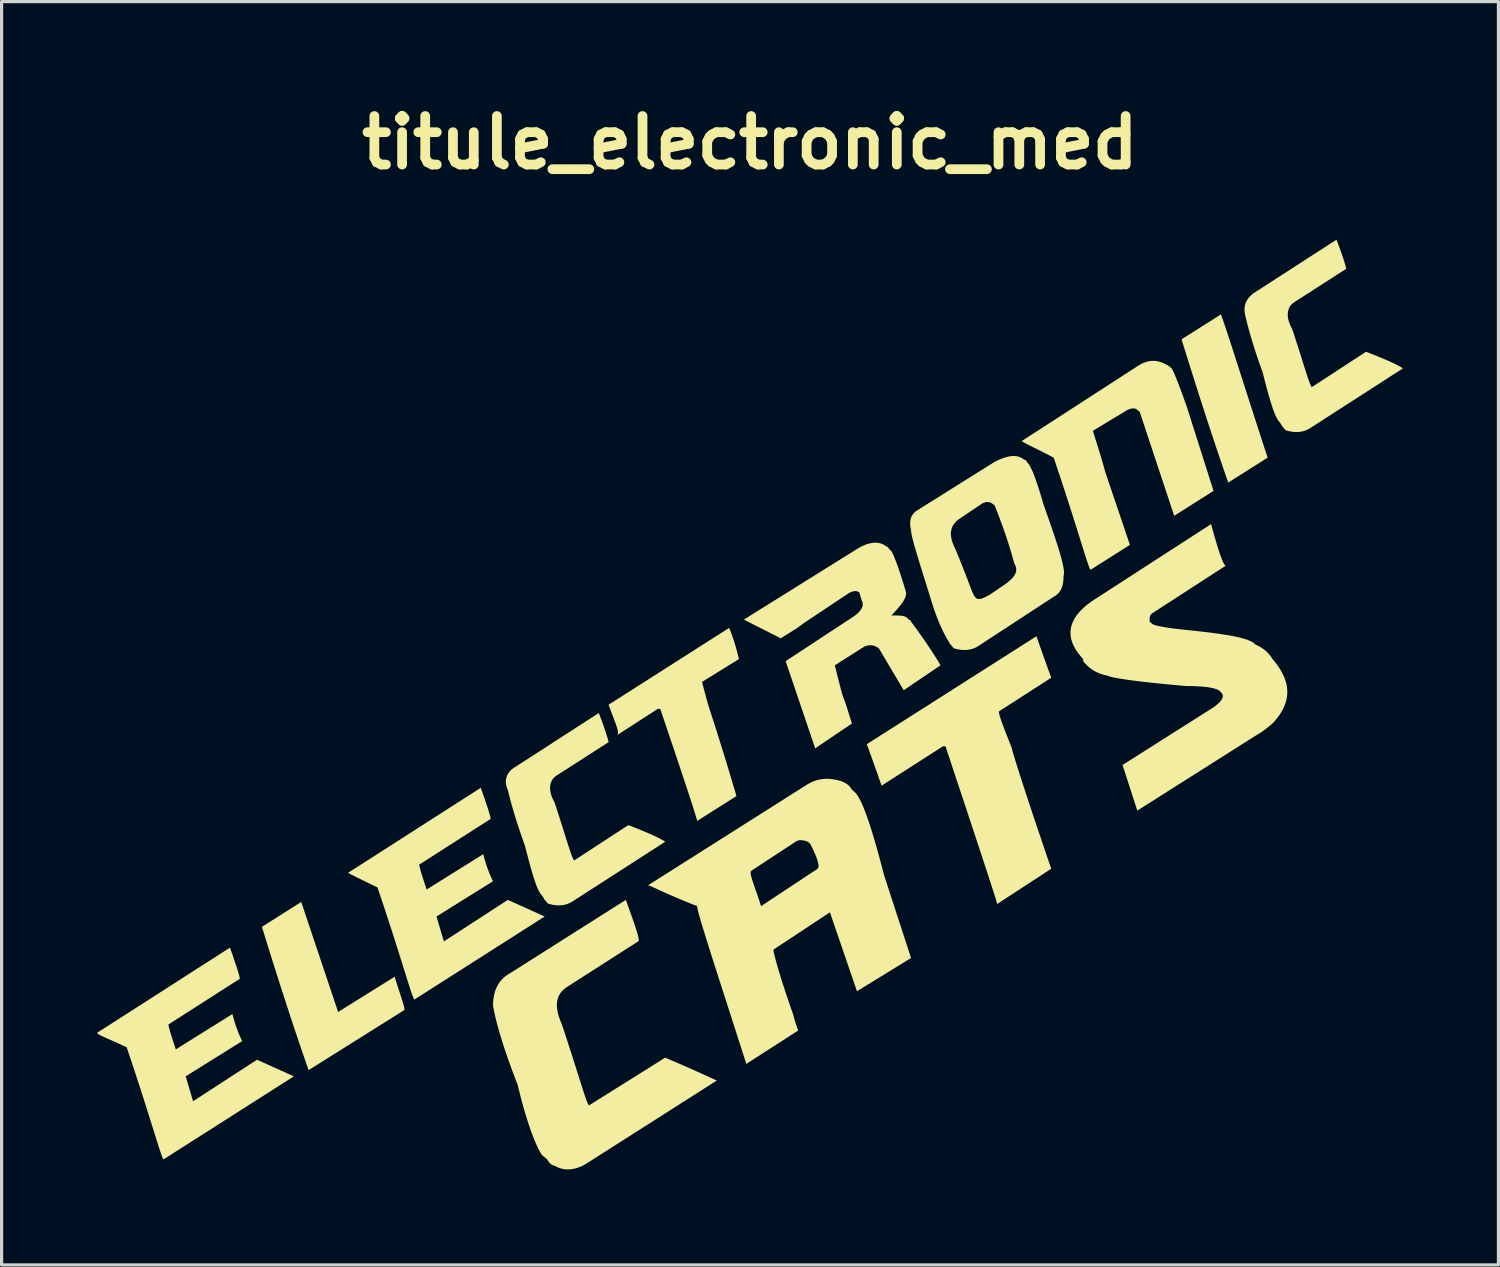
<source format=kicad_pcb>
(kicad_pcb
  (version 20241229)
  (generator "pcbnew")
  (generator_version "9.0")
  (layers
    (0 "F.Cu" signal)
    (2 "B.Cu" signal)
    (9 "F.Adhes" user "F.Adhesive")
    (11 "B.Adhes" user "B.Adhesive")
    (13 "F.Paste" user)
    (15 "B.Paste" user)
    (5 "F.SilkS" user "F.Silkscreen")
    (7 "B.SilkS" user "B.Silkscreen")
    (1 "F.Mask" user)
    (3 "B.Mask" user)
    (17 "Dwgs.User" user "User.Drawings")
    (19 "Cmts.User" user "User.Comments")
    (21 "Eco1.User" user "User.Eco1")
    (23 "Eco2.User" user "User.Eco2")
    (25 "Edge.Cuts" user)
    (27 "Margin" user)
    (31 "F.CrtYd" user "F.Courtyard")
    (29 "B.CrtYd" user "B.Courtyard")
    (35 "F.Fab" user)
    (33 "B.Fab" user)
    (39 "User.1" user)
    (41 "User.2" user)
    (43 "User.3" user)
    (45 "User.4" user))
  (footprint "titule_electronic_med"
    (layer "F.Cu")
    (at 20.496 19.107)
    (property "Reference" "titule_electronic_med" (at 0 -17.68 0) (layer "F.SilkS") (effects (font (size 1.524 1.524) (thickness 0.305))))
    (attr smd)
    (fp_poly (pts (xy -14.089 6.159) (xy -12.931 9.614) (xy -11.155 8.506) (xy -11.133 8.579) (xy -11.111 8.651) (xy -11.089 8.721) (xy -11.068 8.789) (xy -11.047 8.854) (xy -11.026 8.918) (xy -11.006 8.979) (xy -10.987 9.038) (xy -10.969 9.094) (xy -10.951 9.148) (xy -10.935 9.199) (xy -10.919 9.248) (xy -10.905 9.293) (xy -10.892 9.336) (xy -10.88 9.376) (xy -10.87 9.413) (xy -10.862 9.447) (xy -10.855 9.477) (xy -10.85 9.504) (xy -10.847 9.528) (xy -10.846 9.549) (xy -13.857 11.439) (xy -13.857 11.438) (xy -13.858 11.436) (xy -13.859 11.434) (xy -13.86 11.43) (xy -13.862 11.425) (xy -13.864 11.419) (xy -13.867 11.412) (xy -13.87 11.403) (xy -13.873 11.394) (xy -13.877 11.383) (xy -13.881 11.372) (xy -13.885 11.359) (xy -13.89 11.345) (xy -13.896 11.33) (xy -13.901 11.314) (xy -13.907 11.297) (xy -13.914 11.278) (xy -13.921 11.259) (xy -13.928 11.238) (xy -13.935 11.217) (xy -13.943 11.194) (xy -13.952 11.17) (xy -13.96 11.145) (xy -13.969 11.119) (xy -13.979 11.092) (xy -13.989 11.063) (xy -13.999 11.034) (xy -14.009 11.003) (xy -14.02 10.972) (xy -14.031 10.939) (xy -14.043 10.905) (xy -14.055 10.87) (xy -14.067 10.834) (xy -14.08 10.797) (xy -14.093 10.759) (xy -14.106 10.719) (xy -14.12 10.679) (xy -14.134 10.637) (xy -14.149 10.594) (xy -14.164 10.55) (xy -14.179 10.505) (xy -14.194 10.459) (xy -14.21 10.412) (xy -14.226 10.364) (xy -14.243 10.314) (xy -14.26 10.264) (xy -14.277 10.212) (xy -14.295 10.159) (xy -14.313 10.106) (xy -14.331 10.051) (xy -14.349 9.995) (xy -14.368 9.937) (xy -14.388 9.879) (xy -14.407 9.82) (xy -14.427 9.759) (xy -14.447 9.698) (xy -14.468 9.635) (xy -14.489 9.571) (xy -14.51 9.506) (xy -14.532 9.44) (xy -14.554 9.373) (xy -14.576 9.304) (xy -14.598 9.235) (xy -14.621 9.165) (xy -14.644 9.093) (xy -14.668 9.02) (xy -14.692 8.946) (xy -14.716 8.871) (xy -14.74 8.795) (xy -14.765 8.718) (xy -14.79 8.64) (xy -14.815 8.56) (xy -14.841 8.48) (xy -14.867 8.398) (xy -14.893 8.316) (xy -14.92 8.232) (xy -14.947 8.147) (xy -14.974 8.061) (xy -15.002 7.974) (xy -15.029 7.885) (xy -15.058 7.796) (xy -15.086 7.705) (xy -15.115 7.614) (xy -15.144 7.521) (xy -15.173 7.427) (xy -15.202 7.332) (xy -15.232 7.236) (xy -15.262 7.139) (xy -15.293 7.041) (xy -15.324 6.941) (xy -14.089 6.159)) (stroke (width 0) (type solid)) (fill yes) (layer "F.SilkS"))
    (fp_poly (pts (xy -12.622 5.247) (xy -8.453 2.575) (xy -8.42 2.669) (xy -8.388 2.759) (xy -8.359 2.842) (xy -8.332 2.92) (xy -8.307 2.993) (xy -8.284 3.061) (xy -8.263 3.124) (xy -8.244 3.181) (xy -8.227 3.235) (xy -8.212 3.283) (xy -8.198 3.328) (xy -8.186 3.368) (xy -8.176 3.404) (xy -8.167 3.435) (xy -8.16 3.464) (xy -8.154 3.488) (xy -8.15 3.509) (xy -8.147 3.527) (xy -8.145 3.541) (xy -8.144 3.552) (xy -10.383 4.986) (xy -10.382 5.001) (xy -10.379 5.02) (xy -10.375 5.043) (xy -10.369 5.072) (xy -10.36 5.104) (xy -10.35 5.142) (xy -10.339 5.184) (xy -10.325 5.231) (xy -10.31 5.282) (xy -10.293 5.337) (xy -10.274 5.398) (xy -10.253 5.463) (xy -10.23 5.532) (xy -10.206 5.606) (xy -10.18 5.685) (xy -10.151 5.768) (xy -8.376 4.66) (xy -8.35 4.755) (xy -8.325 4.844) (xy -8.299 4.927) (xy -8.275 5.004) (xy -8.251 5.075) (xy -8.227 5.141) (xy -8.205 5.201) (xy -8.184 5.255) (xy -8.164 5.304) (xy -8.145 5.347) (xy -8.128 5.385) (xy -8.113 5.418) (xy -8.1 5.446) (xy -8.088 5.468) (xy -8.079 5.486) (xy -8.073 5.498) (xy -8.069 5.505) (xy -8.067 5.508) (xy -9.843 6.616) (xy -9.842 6.619) (xy -9.839 6.628) (xy -9.835 6.643) (xy -9.828 6.664) (xy -9.82 6.692) (xy -9.81 6.726) (xy -9.798 6.765) (xy -9.785 6.811) (xy -9.769 6.863) (xy -9.752 6.921) (xy -9.733 6.985) (xy -9.712 7.056) (xy -9.69 7.132) (xy -9.665 7.214) (xy -9.639 7.303) (xy -9.611 7.398) (xy -7.604 6.094) (xy -6.446 6.616) (xy -10.537 9.223) (xy -10.541 9.219) (xy -10.545 9.215) (xy -10.548 9.208) (xy -10.553 9.201) (xy -10.557 9.192) (xy -10.562 9.182) (xy -10.567 9.171) (xy -10.573 9.158) (xy -10.578 9.144) (xy -10.584 9.129) (xy -10.591 9.113) (xy -10.598 9.095) (xy -10.605 9.075) (xy -10.612 9.055) (xy -10.62 9.033) (xy -10.628 9.01) (xy -10.636 8.985) (xy -10.645 8.959) (xy -10.654 8.932) (xy -10.663 8.904) (xy -10.673 8.874) (xy -10.683 8.843) (xy -10.693 8.81) (xy -10.704 8.777) (xy -10.715 8.742) (xy -10.727 8.705) (xy -10.739 8.668) (xy -10.751 8.629) (xy -10.764 8.588) (xy -10.777 8.547) (xy -10.79 8.504) (xy -10.804 8.459) (xy -10.818 8.414) (xy -10.833 8.367) (xy -10.848 8.319) (xy -10.864 8.269) (xy -10.88 8.218) (xy -10.896 8.166) (xy -10.913 8.112) (xy -10.93 8.057) (xy -10.947 8.001) (xy -10.966 7.944) (xy -10.984 7.885) (xy -11.003 7.825) (xy -11.022 7.763) (xy -11.042 7.701) (xy -11.062 7.637) (xy -11.083 7.571) (xy -11.104 7.504) (xy -11.126 7.436) (xy -11.148 7.367) (xy -11.171 7.296) (xy -11.194 7.224) (xy -11.217 7.151) (xy -11.241 7.076) (xy -11.266 7.001) (xy -11.291 6.923) (xy -11.317 6.845) (xy -11.343 6.765) (xy -11.369 6.684) (xy -11.396 6.601) (xy -11.424 6.517) (xy -11.452 6.432) (xy -11.48 6.345) (xy -11.509 6.258) (xy -11.539 6.169) (xy -11.569 6.078) (xy -11.6 5.986) (xy -11.631 5.893) (xy -11.663 5.799) (xy -11.695 5.703) (xy -11.775 5.664) (xy -11.853 5.627) (xy -11.927 5.591) (xy -11.999 5.556) (xy -12.068 5.522) (xy -12.134 5.49) (xy -12.196 5.459) (xy -12.255 5.43) (xy -12.31 5.403) (xy -12.361 5.377) (xy -12.408 5.354) (xy -12.451 5.332) (xy -12.49 5.313) (xy -12.524 5.296) (xy -12.553 5.281) (xy -12.577 5.269) (xy -12.597 5.26) (xy -12.61 5.253) (xy -12.619 5.248) (xy -12.622 5.247)) (stroke (width 0) (type solid)) (fill yes) (layer "F.SilkS"))
    (fp_poly (pts (xy -20.496 10.266) (xy -16.327 7.593) (xy -16.294 7.688) (xy -16.262 7.777) (xy -16.233 7.861) (xy -16.206 7.939) (xy -16.181 8.012) (xy -16.158 8.08) (xy -16.138 8.142) (xy -16.119 8.2) (xy -16.101 8.253) (xy -16.086 8.302) (xy -16.072 8.346) (xy -16.06 8.386) (xy -16.05 8.422) (xy -16.041 8.454) (xy -16.034 8.482) (xy -16.028 8.507) (xy -16.024 8.528) (xy -16.021 8.545) (xy -16.019 8.56) (xy -16.018 8.571) (xy -18.257 10.005) (xy -18.256 10.019) (xy -18.254 10.038) (xy -18.249 10.062) (xy -18.243 10.09) (xy -18.235 10.123) (xy -18.225 10.161) (xy -18.213 10.203) (xy -18.199 10.249) (xy -18.184 10.3) (xy -18.167 10.356) (xy -18.148 10.416) (xy -18.127 10.481) (xy -18.104 10.551) (xy -18.08 10.625) (xy -18.054 10.704) (xy -18.026 10.787) (xy -16.25 9.679) (xy -16.224 9.774) (xy -16.199 9.862) (xy -16.174 9.945) (xy -16.149 10.022) (xy -16.125 10.094) (xy -16.101 10.159) (xy -16.079 10.219) (xy -16.058 10.274) (xy -16.038 10.323) (xy -16.019 10.366) (xy -16.002 10.404) (xy -15.987 10.437) (xy -15.974 10.464) (xy -15.962 10.487) (xy -15.953 10.504) (xy -15.947 10.516) (xy -15.943 10.524) (xy -15.941 10.526) (xy -17.717 11.634) (xy -17.716 11.637) (xy -17.713 11.646) (xy -17.709 11.662) (xy -17.702 11.683) (xy -17.694 11.711) (xy -17.684 11.744) (xy -17.672 11.784) (xy -17.659 11.83) (xy -17.644 11.882) (xy -17.626 11.94) (xy -17.607 12.004) (xy -17.587 12.074) (xy -17.564 12.151) (xy -17.539 12.233) (xy -17.513 12.322) (xy -17.485 12.416) (xy -15.478 11.113) (xy -14.32 11.634) (xy -18.412 14.241) (xy -18.415 14.238) (xy -18.419 14.233) (xy -18.423 14.227) (xy -18.427 14.22) (xy -18.431 14.211) (xy -18.436 14.201) (xy -18.441 14.19) (xy -18.447 14.177) (xy -18.453 14.163) (xy -18.459 14.148) (xy -18.465 14.131) (xy -18.472 14.113) (xy -18.479 14.094) (xy -18.486 14.074) (xy -18.494 14.052) (xy -18.502 14.028) (xy -18.51 14.004) (xy -18.519 13.978) (xy -18.528 13.951) (xy -18.537 13.923) (xy -18.547 13.893) (xy -18.557 13.862) (xy -18.567 13.829) (xy -18.578 13.795) (xy -18.589 13.76) (xy -18.601 13.724) (xy -18.613 13.686) (xy -18.625 13.647) (xy -18.638 13.607) (xy -18.651 13.565) (xy -18.664 13.522) (xy -18.678 13.478) (xy -18.693 13.432) (xy -18.707 13.385) (xy -18.722 13.337) (xy -18.738 13.288) (xy -18.754 13.237) (xy -18.77 13.185) (xy -18.787 13.131) (xy -18.804 13.076) (xy -18.822 13.02) (xy -18.84 12.963) (xy -18.858 12.904) (xy -18.877 12.844) (xy -18.896 12.782) (xy -18.916 12.719) (xy -18.937 12.655) (xy -18.957 12.59) (xy -18.978 12.523) (xy -19 12.455) (xy -19.022 12.386) (xy -19.045 12.315) (xy -19.068 12.243) (xy -19.092 12.17) (xy -19.116 12.095) (xy -19.14 12.019) (xy -19.165 11.942) (xy -19.191 11.863) (xy -19.217 11.783) (xy -19.243 11.702) (xy -19.27 11.62) (xy -19.298 11.536) (xy -19.326 11.451) (xy -19.354 11.364) (xy -19.384 11.276) (xy -19.413 11.187) (xy -19.443 11.097) (xy -19.474 11.005) (xy -19.505 10.912) (xy -19.537 10.817) (xy -19.57 10.722) (xy -19.646 10.685) (xy -19.72 10.651) (xy -19.791 10.618) (xy -19.86 10.587) (xy -19.926 10.557) (xy -19.99 10.529) (xy -20.05 10.502) (xy -20.107 10.477) (xy -20.161 10.453) (xy -20.211 10.431) (xy -20.258 10.41) (xy -20.301 10.39) (xy -20.341 10.372) (xy -20.376 10.355) (xy -20.407 10.339) (xy -20.433 10.324) (xy -20.455 10.31) (xy -20.473 10.298) (xy -20.486 10.286) (xy -20.493 10.275) (xy -20.496 10.266)) (stroke (width 0) (type solid)) (fill yes) (layer "F.SilkS"))
    (fp_poly (pts (xy 8.53 -8.31) (xy 12.159 -10.657) (xy 12.211 -10.69) (xy 12.262 -10.72) (xy 12.312 -10.746) (xy 12.362 -10.768) (xy 12.411 -10.786) (xy 12.459 -10.801) (xy 12.506 -10.813) (xy 12.553 -10.821) (xy 12.599 -10.826) (xy 12.644 -10.828) (xy 12.689 -10.828) (xy 12.734 -10.824) (xy 12.778 -10.818) (xy 12.822 -10.809) (xy 12.865 -10.797) (xy 12.908 -10.784) (xy 12.951 -10.767) (xy 12.993 -10.749) (xy 13.036 -10.729) (xy 13.078 -10.707) (xy 13.12 -10.682) (xy 13.162 -10.657) (xy 13.239 -10.591) (xy 13.249 -10.574) (xy 13.26 -10.553) (xy 13.272 -10.53) (xy 13.284 -10.504) (xy 13.298 -10.476) (xy 13.312 -10.445) (xy 13.327 -10.411) (xy 13.342 -10.374) (xy 13.359 -10.335) (xy 13.376 -10.293) (xy 13.394 -10.248) (xy 13.413 -10.2) (xy 13.433 -10.15) (xy 13.453 -10.097) (xy 13.475 -10.041) (xy 13.497 -9.983) (xy 13.52 -9.922) (xy 13.543 -9.858) (xy 13.568 -9.792) (xy 13.593 -9.722) (xy 13.619 -9.65) (xy 13.646 -9.576) (xy 13.674 -9.498) (xy 13.703 -9.418) (xy 14.552 -6.746) (xy 13.317 -5.964) (xy 12.236 -9.223) (xy 12.159 -9.288) (xy 12.125 -9.312) (xy 12.091 -9.328) (xy 12.053 -9.336) (xy 12.012 -9.336) (xy 11.965 -9.328) (xy 11.911 -9.312) (xy 11.85 -9.288) (xy 10.769 -8.636) (xy 10.77 -8.627) (xy 10.772 -8.615) (xy 10.775 -8.6) (xy 10.78 -8.582) (xy 10.786 -8.561) (xy 10.793 -8.537) (xy 10.801 -8.51) (xy 10.811 -8.48) (xy 10.821 -8.446) (xy 10.833 -8.409) (xy 10.846 -8.368) (xy 10.86 -8.325) (xy 10.875 -8.278) (xy 10.891 -8.227) (xy 10.908 -8.173) (xy 10.926 -8.115) (xy 10.945 -8.054) (xy 10.965 -7.989) (xy 10.986 -7.92) (xy 11.008 -7.848) (xy 11.031 -7.772) (xy 11.054 -7.692) (xy 11.078 -7.608) (xy 11.103 -7.52) (xy 11.129 -7.428) (xy 11.155 -7.333) (xy 11.927 -5.051) (xy 10.692 -4.269) (xy 10.688 -4.273) (xy 10.685 -4.277) (xy 10.681 -4.283) (xy 10.677 -4.291) (xy 10.672 -4.299) (xy 10.667 -4.309) (xy 10.662 -4.321) (xy 10.657 -4.333) (xy 10.651 -4.347) (xy 10.645 -4.363) (xy 10.638 -4.379) (xy 10.632 -4.397) (xy 10.625 -4.416) (xy 10.617 -4.437) (xy 10.61 -4.459) (xy 10.602 -4.482) (xy 10.593 -4.507) (xy 10.585 -4.532) (xy 10.576 -4.56) (xy 10.566 -4.588) (xy 10.557 -4.618) (xy 10.546 -4.649) (xy 10.536 -4.681) (xy 10.525 -4.715) (xy 10.514 -4.75) (xy 10.502 -4.787) (xy 10.491 -4.824) (xy 10.478 -4.863) (xy 10.466 -4.904) (xy 10.452 -4.945) (xy 10.439 -4.988) (xy 10.425 -5.033) (xy 10.411 -5.078) (xy 10.396 -5.125) (xy 10.381 -5.173) (xy 10.366 -5.223) (xy 10.35 -5.274) (xy 10.333 -5.326) (xy 10.317 -5.38) (xy 10.299 -5.434) (xy 10.282 -5.491) (xy 10.264 -5.548) (xy 10.245 -5.607) (xy 10.226 -5.667) (xy 10.207 -5.728) (xy 10.187 -5.791) (xy 10.167 -5.855) (xy 10.146 -5.921) (xy 10.125 -5.987) (xy 10.103 -6.055) (xy 10.081 -6.125) (xy 10.059 -6.195) (xy 10.035 -6.267) (xy 10.012 -6.341) (xy 9.988 -6.415) (xy 9.963 -6.491) (xy 9.938 -6.569) (xy 9.913 -6.647) (xy 9.887 -6.727) (xy 9.86 -6.808) (xy 9.833 -6.891) (xy 9.806 -6.975) (xy 9.778 -7.06) (xy 9.749 -7.146) (xy 9.72 -7.234) (xy 9.69 -7.323) (xy 9.66 -7.414) (xy 9.629 -7.506) (xy 9.598 -7.599) (xy 9.566 -7.693) (xy 9.534 -7.789) (xy 9.452 -7.832) (xy 9.373 -7.873) (xy 9.298 -7.911) (xy 9.227 -7.948) (xy 9.16 -7.982) (xy 9.096 -8.014) (xy 9.036 -8.045) (xy 8.979 -8.073) (xy 8.926 -8.099) (xy 8.876 -8.124) (xy 8.829 -8.147) (xy 8.786 -8.169) (xy 8.747 -8.189) (xy 8.71 -8.207) (xy 8.677 -8.224) (xy 8.647 -8.24) (xy 8.62 -8.254) (xy 8.596 -8.267) (xy 8.575 -8.28) (xy 8.557 -8.291) (xy 8.542 -8.301) (xy 8.53 -8.31)) (stroke (width 0) (type solid)) (fill yes) (layer "F.SilkS"))
    (fp_poly (pts (xy 14.783 -12.286) (xy 14.789 -12.273) (xy 14.794 -12.258) (xy 14.8 -12.243) (xy 14.806 -12.227) (xy 14.812 -12.211) (xy 14.818 -12.193) (xy 14.825 -12.175) (xy 14.832 -12.155) (xy 14.839 -12.135) (xy 14.846 -12.115) (xy 14.854 -12.093) (xy 14.862 -12.071) (xy 14.87 -12.047) (xy 14.878 -12.023) (xy 14.887 -11.998) (xy 14.895 -11.972) (xy 14.904 -11.946) (xy 14.914 -11.918) (xy 14.923 -11.89) (xy 14.933 -11.861) (xy 14.943 -11.831) (xy 14.953 -11.801) (xy 14.963 -11.769) (xy 14.974 -11.737) (xy 14.985 -11.704) (xy 14.996 -11.67) (xy 15.008 -11.635) (xy 15.019 -11.599) (xy 15.031 -11.563) (xy 15.043 -11.526) (xy 15.056 -11.488) (xy 15.069 -11.449) (xy 15.081 -11.409) (xy 15.095 -11.368) (xy 15.108 -11.327) (xy 15.122 -11.285) (xy 15.136 -11.242) (xy 15.15 -11.198) (xy 15.164 -11.153) (xy 15.179 -11.108) (xy 15.194 -11.062) (xy 15.209 -11.015) (xy 15.224 -10.967) (xy 15.24 -10.918) (xy 15.256 -10.868) (xy 15.272 -10.818) (xy 15.289 -10.767) (xy 15.306 -10.715) (xy 15.323 -10.662) (xy 15.34 -10.608) (xy 15.357 -10.554) (xy 15.375 -10.499) (xy 15.393 -10.442) (xy 15.411 -10.385) (xy 15.43 -10.328) (xy 15.449 -10.269) (xy 15.468 -10.21) (xy 15.487 -10.149) (xy 15.507 -10.088) (xy 15.527 -10.027) (xy 15.547 -9.964) (xy 15.567 -9.9) (xy 15.588 -9.836) (xy 15.609 -9.771) (xy 15.63 -9.705) (xy 15.652 -9.638) (xy 15.673 -9.57) (xy 15.695 -9.502) (xy 15.718 -9.433) (xy 15.74 -9.363) (xy 15.763 -9.292) (xy 15.786 -9.22) (xy 15.81 -9.148) (xy 15.833 -9.074) (xy 15.857 -9) (xy 15.882 -8.925) (xy 15.906 -8.849) (xy 15.931 -8.773) (xy 15.956 -8.695) (xy 15.981 -8.617) (xy 16.007 -8.538) (xy 16.033 -8.458) (xy 16.059 -8.377) (xy 16.085 -8.295) (xy 16.112 -8.213) (xy 16.139 -8.13) (xy 16.166 -8.046) (xy 16.194 -7.961) (xy 16.222 -7.875) (xy 16.25 -7.789) (xy 15.015 -7.007) (xy 15.015 -7.007) (xy 15.014 -7.009) (xy 15.013 -7.012) (xy 15.012 -7.016) (xy 15.01 -7.021) (xy 15.008 -7.027) (xy 15.005 -7.034) (xy 15.002 -7.042) (xy 14.999 -7.052) (xy 14.995 -7.062) (xy 14.991 -7.074) (xy 14.986 -7.087) (xy 14.982 -7.1) (xy 14.976 -7.115) (xy 14.971 -7.132) (xy 14.965 -7.149) (xy 14.958 -7.167) (xy 14.951 -7.187) (xy 14.944 -7.207) (xy 14.937 -7.229) (xy 14.929 -7.251) (xy 14.92 -7.275) (xy 14.912 -7.3) (xy 14.903 -7.326) (xy 14.893 -7.354) (xy 14.883 -7.382) (xy 14.873 -7.411) (xy 14.863 -7.442) (xy 14.852 -7.474) (xy 14.84 -7.506) (xy 14.829 -7.54) (xy 14.817 -7.575) (xy 14.805 -7.611) (xy 14.792 -7.648) (xy 14.779 -7.687) (xy 14.765 -7.726) (xy 14.752 -7.767) (xy 14.738 -7.808) (xy 14.723 -7.851) (xy 14.708 -7.895) (xy 14.693 -7.94) (xy 14.678 -7.986) (xy 14.662 -8.033) (xy 14.645 -8.082) (xy 14.629 -8.131) (xy 14.612 -8.181) (xy 14.595 -8.233) (xy 14.577 -8.286) (xy 14.559 -8.34) (xy 14.541 -8.395) (xy 14.522 -8.451) (xy 14.503 -8.508) (xy 14.484 -8.566) (xy 14.465 -8.626) (xy 14.445 -8.686) (xy 14.424 -8.748) (xy 14.404 -8.811) (xy 14.383 -8.874) (xy 14.362 -8.939) (xy 14.34 -9.005) (xy 14.318 -9.073) (xy 14.296 -9.141) (xy 14.273 -9.21) (xy 14.251 -9.281) (xy 14.227 -9.352) (xy 14.204 -9.425) (xy 14.18 -9.499) (xy 14.156 -9.574) (xy 14.132 -9.65) (xy 14.107 -9.727) (xy 14.082 -9.805) (xy 14.056 -9.885) (xy 14.031 -9.965) (xy 14.005 -10.047) (xy 13.978 -10.13) (xy 13.952 -10.214) (xy 13.925 -10.299) (xy 13.898 -10.385) (xy 13.87 -10.472) (xy 13.842 -10.56) (xy 13.814 -10.649) (xy 13.786 -10.74) (xy 13.757 -10.832) (xy 13.728 -10.924) (xy 13.699 -11.018) (xy 13.669 -11.113) (xy 13.639 -11.209) (xy 13.609 -11.306) (xy 13.579 -11.405) (xy 13.548 -11.504) (xy 14.783 -12.286)) (stroke (width 0) (type solid)) (fill yes) (layer "F.SilkS"))
    (fp_poly (pts (xy -4.439 -0.033) (xy -0.656 -2.444) (xy -0.655 -2.442) (xy -0.652 -2.434) (xy -0.646 -2.422) (xy -0.639 -2.405) (xy -0.63 -2.383) (xy -0.619 -2.356) (xy -0.606 -2.324) (xy -0.592 -2.288) (xy -0.576 -2.246) (xy -0.56 -2.2) (xy -0.542 -2.148) (xy -0.523 -2.092) (xy -0.503 -2.031) (xy -0.482 -1.965) (xy -0.461 -1.894) (xy -0.439 -1.818) (xy -0.416 -1.738) (xy -0.394 -1.652) (xy -0.371 -1.562) (xy -0.347 -1.467) (xy -1.505 -0.75) (xy -1.505 -0.746) (xy -1.502 -0.736) (xy -1.498 -0.72) (xy -1.493 -0.697) (xy -1.485 -0.668) (xy -1.476 -0.633) (xy -1.466 -0.593) (xy -1.454 -0.547) (xy -1.44 -0.495) (xy -1.425 -0.438) (xy -1.408 -0.376) (xy -1.39 -0.308) (xy -1.37 -0.236) (xy -1.348 -0.159) (xy -1.325 -0.078) (xy -1.3 0.008) (xy -1.274 0.098) (xy -1.273 0.099) (xy -1.273 0.101) (xy -1.271 0.106) (xy -1.269 0.112) (xy -1.266 0.12) (xy -1.263 0.13) (xy -1.259 0.142) (xy -1.254 0.156) (xy -1.249 0.171) (xy -1.244 0.188) (xy -1.237 0.207) (xy -1.23 0.228) (xy -1.223 0.251) (xy -1.215 0.275) (xy -1.206 0.301) (xy -1.197 0.329) (xy -1.188 0.359) (xy -1.177 0.391) (xy -1.166 0.424) (xy -1.155 0.46) (xy -1.143 0.497) (xy -1.13 0.536) (xy -1.117 0.576) (xy -1.104 0.619) (xy -1.09 0.663) (xy -1.075 0.71) (xy -1.06 0.757) (xy -1.044 0.807) (xy -1.028 0.859) (xy -1.011 0.912) (xy -0.993 0.967) (xy -0.975 1.024) (xy -0.957 1.083) (xy -0.938 1.144) (xy -0.919 1.206) (xy -0.899 1.271) (xy -0.878 1.337) (xy -0.857 1.405) (xy -0.835 1.474) (xy -0.813 1.546) (xy -0.791 1.619) (xy -0.768 1.694) (xy -0.744 1.771) (xy -0.72 1.85) (xy -0.696 1.93) (xy -0.671 2.013) (xy -0.645 2.097) (xy -0.62 2.183) (xy -0.593 2.271) (xy -0.566 2.36) (xy -0.539 2.452) (xy -0.511 2.545) (xy -0.483 2.64) (xy -0.454 2.737) (xy -0.425 2.835) (xy -1.66 3.617) (xy -1.66 3.614) (xy -1.661 3.609) (xy -1.662 3.603) (xy -1.663 3.596) (xy -1.665 3.587) (xy -1.668 3.577) (xy -1.671 3.566) (xy -1.674 3.553) (xy -1.678 3.539) (xy -1.683 3.524) (xy -1.688 3.507) (xy -1.693 3.489) (xy -1.699 3.47) (xy -1.705 3.45) (xy -1.711 3.428) (xy -1.719 3.404) (xy -1.726 3.38) (xy -1.734 3.354) (xy -1.743 3.327) (xy -1.752 3.299) (xy -1.761 3.269) (xy -1.771 3.238) (xy -1.781 3.205) (xy -1.792 3.171) (xy -1.803 3.136) (xy -1.815 3.1) (xy -1.827 3.062) (xy -1.84 3.023) (xy -1.853 2.983) (xy -1.866 2.941) (xy -1.88 2.898) (xy -1.895 2.854) (xy -1.91 2.808) (xy -1.925 2.761) (xy -1.941 2.713) (xy -1.957 2.664) (xy -1.974 2.613) (xy -1.991 2.561) (xy -2.009 2.507) (xy -2.027 2.452) (xy -2.046 2.396) (xy -2.065 2.339) (xy -2.084 2.28) (xy -2.104 2.22) (xy -2.125 2.158) (xy -2.146 2.095) (xy -2.167 2.031) (xy -2.189 1.966) (xy -2.211 1.899) (xy -2.234 1.831) (xy -2.257 1.762) (xy -2.281 1.691) (xy -2.305 1.619) (xy -2.33 1.546) (xy -2.355 1.471) (xy -2.38 1.395) (xy -2.406 1.318) (xy -2.432 1.239) (xy -2.459 1.159) (xy -2.487 1.078) (xy -2.514 0.996) (xy -2.543 0.912) (xy -2.571 0.827) (xy -2.601 0.74) (xy -2.63 0.652) (xy -2.66 0.563) (xy -2.691 0.473) (xy -2.722 0.381) (xy -2.753 0.288) (xy -2.785 0.193) (xy -2.818 0.098) (xy -2.895 0.098) (xy -4.207 0.945) (xy -4.188 0.935) (xy -4.173 0.922) (xy -4.161 0.907) (xy -4.152 0.889) (xy -4.147 0.868) (xy -4.145 0.844) (xy -4.146 0.817) (xy -4.15 0.787) (xy -4.157 0.754) (xy -4.166 0.717) (xy -4.178 0.676) (xy -4.193 0.632) (xy -4.209 0.584) (xy -4.228 0.533) (xy -4.249 0.477) (xy -4.271 0.417) (xy -4.296 0.354) (xy -4.322 0.285) (xy -4.349 0.213) (xy -4.378 0.136) (xy -4.408 0.054) (xy -4.439 -0.033)) (stroke (width 0) (type solid)) (fill yes) (layer "F.SilkS"))
    (fp_poly (pts (xy -0.193 -2.705) (xy 3.358 -4.921) (xy 3.41 -4.952) (xy 3.461 -4.981) (xy 3.512 -5.008) (xy 3.563 -5.031) (xy 3.614 -5.052) (xy 3.664 -5.071) (xy 3.714 -5.086) (xy 3.763 -5.099) (xy 3.812 -5.108) (xy 3.859 -5.115) (xy 3.907 -5.118) (xy 3.953 -5.119) (xy 3.998 -5.116) (xy 4.042 -5.11) (xy 4.085 -5.1) (xy 4.127 -5.088) (xy 4.168 -5.071) (xy 4.207 -5.051) (xy 4.253 -5.019) (xy 4.295 -4.996) (xy 4.33 -4.976) (xy 4.353 -4.953) (xy 4.362 -4.921) (xy 4.439 -4.856) (xy 4.448 -4.84) (xy 4.457 -4.822) (xy 4.467 -4.802) (xy 4.478 -4.78) (xy 4.49 -4.756) (xy 4.502 -4.729) (xy 4.514 -4.7) (xy 4.528 -4.668) (xy 4.542 -4.634) (xy 4.556 -4.597) (xy 4.572 -4.558) (xy 4.588 -4.516) (xy 4.604 -4.472) (xy 4.621 -4.425) (xy 4.639 -4.375) (xy 4.657 -4.322) (xy 4.676 -4.267) (xy 4.696 -4.209) (xy 4.717 -4.148) (xy 4.737 -4.084) (xy 4.759 -4.017) (xy 4.781 -3.947) (xy 4.804 -3.874) (xy 4.828 -3.799) (xy 4.852 -3.72) (xy 4.877 -3.637) (xy 4.902 -3.552) (xy 4.9 -3.518) (xy 4.896 -3.483) (xy 4.888 -3.448) (xy 4.876 -3.412) (xy 4.862 -3.376) (xy 4.844 -3.339) (xy 4.824 -3.302) (xy 4.799 -3.263) (xy 4.772 -3.222) (xy 4.742 -3.181) (xy 4.708 -3.137) (xy 4.671 -3.092) (xy 4.631 -3.045) (xy 4.588 -2.996) (xy 4.541 -2.945) (xy 4.492 -2.891) (xy 4.439 -2.835) (xy 4.513 -2.835) (xy 4.581 -2.835) (xy 4.643 -2.833) (xy 4.699 -2.83) (xy 4.75 -2.826) (xy 4.796 -2.819) (xy 4.837 -2.809) (xy 4.873 -2.797) (xy 4.906 -2.78) (xy 4.934 -2.76) (xy 4.958 -2.735) (xy 4.979 -2.705) (xy 4.999 -2.702) (xy 5.036 -2.686) (xy 5.056 -2.64) (xy 5.092 -2.591) (xy 5.128 -2.543) (xy 5.163 -2.495) (xy 5.198 -2.447) (xy 5.232 -2.4) (xy 5.265 -2.353) (xy 5.299 -2.307) (xy 5.331 -2.261) (xy 5.364 -2.215) (xy 5.396 -2.17) (xy 5.427 -2.125) (xy 5.458 -2.081) (xy 5.489 -2.036) (xy 5.519 -1.993) (xy 5.548 -1.949) (xy 5.578 -1.906) (xy 5.606 -1.864) (xy 5.635 -1.822) (xy 5.662 -1.78) (xy 5.69 -1.738) (xy 5.717 -1.697) (xy 5.743 -1.657) (xy 5.769 -1.616) (xy 5.795 -1.576) (xy 5.82 -1.537) (xy 5.844 -1.498) (xy 5.869 -1.459) (xy 5.892 -1.421) (xy 5.916 -1.383) (xy 5.938 -1.345) (xy 5.961 -1.308) (xy 5.983 -1.271) (xy 4.825 -0.489) (xy 4.053 -1.792) (xy 4.007 -1.828) (xy 3.96 -1.855) (xy 3.914 -1.876) (xy 3.868 -1.89) (xy 3.821 -1.898) (xy 3.775 -1.9) (xy 3.729 -1.897) (xy 3.682 -1.888) (xy 3.636 -1.875) (xy 3.59 -1.858) (xy 2.663 -1.271) (xy 2.664 -1.268) (xy 2.666 -1.259) (xy 2.67 -1.244) (xy 2.675 -1.223) (xy 2.681 -1.197) (xy 2.689 -1.165) (xy 2.698 -1.127) (xy 2.709 -1.084) (xy 2.721 -1.035) (xy 2.735 -0.98) (xy 2.75 -0.921) (xy 2.766 -0.856) (xy 2.784 -0.786) (xy 2.803 -0.71) (xy 2.824 -0.63) (xy 2.846 -0.544) (xy 2.87 -0.454) (xy 2.895 -0.358) (xy 2.919 -0.297) (xy 2.941 -0.237) (xy 2.963 -0.178) (xy 2.983 -0.121) (xy 3.002 -0.064) (xy 3.021 -0.01) (xy 3.038 0.044) (xy 3.055 0.096) (xy 3.071 0.146) (xy 3.086 0.195) (xy 3.1 0.243) (xy 3.115 0.288) (xy 3.128 0.332) (xy 3.141 0.374) (xy 3.154 0.414) (xy 3.167 0.452) (xy 3.179 0.488) (xy 3.191 0.522) (xy 3.204 0.554) (xy 2.046 1.336) (xy 1.119 -1.401) (xy 3.204 -2.77) (xy 3.266 -2.812) (xy 3.322 -2.854) (xy 3.371 -2.895) (xy 3.413 -2.936) (xy 3.449 -2.977) (xy 3.479 -3.016) (xy 3.503 -3.055) (xy 3.521 -3.093) (xy 3.533 -3.13) (xy 3.539 -3.165) (xy 3.54 -3.199) (xy 3.536 -3.232) (xy 3.527 -3.263) (xy 3.512 -3.291) (xy 3.435 -3.552) (xy 3.402 -3.576) (xy 3.367 -3.592) (xy 3.33 -3.6) (xy 3.289 -3.6) (xy 3.242 -3.592) (xy 3.188 -3.576) (xy 3.126 -3.552) (xy 1.66 -2.575) (xy 1.63 -2.55) (xy 1.598 -2.526) (xy 1.565 -2.501) (xy 1.529 -2.476) (xy 1.492 -2.45) (xy 1.453 -2.424) (xy 1.413 -2.398) (xy 1.37 -2.371) (xy 1.326 -2.343) (xy 1.28 -2.314) (xy 1.232 -2.284) (xy 1.182 -2.254) (xy 1.131 -2.222) (xy 1.077 -2.189) (xy 1.022 -2.154) (xy 0.965 -2.118) (xy -0.193 -2.705)) (stroke (width 0) (type solid)) (fill yes) (layer "F.SilkS"))
    (fp_poly (pts (xy 15.787 -12.938) (xy 18.412 -14.632) (xy 18.447 -14.542) (xy 18.48 -14.456) (xy 18.51 -14.374) (xy 18.538 -14.297) (xy 18.564 -14.225) (xy 18.587 -14.157) (xy 18.609 -14.094) (xy 18.628 -14.035) (xy 18.645 -13.981) (xy 18.66 -13.932) (xy 18.674 -13.888) (xy 18.685 -13.849) (xy 18.695 -13.815) (xy 18.703 -13.786) (xy 18.709 -13.763) (xy 18.714 -13.744) (xy 18.718 -13.731) (xy 18.72 -13.723) (xy 18.72 -13.72) (xy 17.099 -12.677) (xy 17.066 -12.656) (xy 17.035 -12.632) (xy 17.006 -12.606) (xy 16.98 -12.576) (xy 16.957 -12.545) (xy 16.937 -12.511) (xy 16.919 -12.474) (xy 16.905 -12.435) (xy 16.894 -12.394) (xy 16.887 -12.351) (xy 16.883 -12.306) (xy 16.882 -12.259) (xy 16.886 -12.211) (xy 16.893 -12.161) (xy 16.904 -12.109) (xy 16.919 -12.056) (xy 16.938 -12.001) (xy 16.962 -11.945) (xy 16.99 -11.888) (xy 17.022 -11.83) (xy 17.053 -11.736) (xy 17.083 -11.645) (xy 17.111 -11.556) (xy 17.139 -11.47) (xy 17.166 -11.386) (xy 17.192 -11.305) (xy 17.217 -11.226) (xy 17.241 -11.15) (xy 17.265 -11.077) (xy 17.287 -11.006) (xy 17.309 -10.937) (xy 17.33 -10.871) (xy 17.35 -10.808) (xy 17.369 -10.746) (xy 17.388 -10.688) (xy 17.405 -10.632) (xy 17.422 -10.578) (xy 17.439 -10.527) (xy 17.454 -10.478) (xy 17.469 -10.431) (xy 17.484 -10.387) (xy 17.497 -10.346) (xy 17.51 -10.306) (xy 17.523 -10.269) (xy 17.535 -10.235) (xy 17.546 -10.203) (xy 17.557 -10.173) (xy 17.567 -10.146) (xy 17.577 -10.121) (xy 17.586 -10.098) (xy 17.595 -10.078) (xy 17.604 -10.06) (xy 17.612 -10.044) (xy 17.619 -10.031) (xy 17.626 -10.02) (xy 17.633 -10.011) (xy 17.64 -10.005) (xy 19.338 -11.113) (xy 19.42 -11.082) (xy 19.499 -11.052) (xy 19.575 -11.022) (xy 19.648 -10.993) (xy 19.718 -10.965) (xy 19.785 -10.937) (xy 19.849 -10.911) (xy 19.91 -10.885) (xy 19.968 -10.86) (xy 20.023 -10.835) (xy 20.076 -10.812) (xy 20.125 -10.79) (xy 20.171 -10.768) (xy 20.215 -10.748) (xy 20.255 -10.728) (xy 20.292 -10.709) (xy 20.327 -10.692) (xy 20.358 -10.675) (xy 20.387 -10.66) (xy 20.413 -10.646) (xy 20.435 -10.632) (xy 20.455 -10.62) (xy 20.471 -10.61) (xy 20.485 -10.6) (xy 20.496 -10.591) (xy 17.562 -8.701) (xy 17.513 -8.675) (xy 17.463 -8.653) (xy 17.414 -8.635) (xy 17.364 -8.62) (xy 17.314 -8.608) (xy 17.265 -8.6) (xy 17.215 -8.595) (xy 17.165 -8.593) (xy 17.116 -8.594) (xy 17.066 -8.598) (xy 17.017 -8.604) (xy 16.967 -8.612) (xy 16.917 -8.623) (xy 16.868 -8.636) (xy 16.829 -8.643) (xy 16.802 -8.663) (xy 16.779 -8.692) (xy 16.752 -8.728) (xy 16.713 -8.766) (xy 16.636 -8.897) (xy 16.622 -8.91) (xy 16.607 -8.926) (xy 16.593 -8.944) (xy 16.578 -8.964) (xy 16.563 -8.987) (xy 16.549 -9.011) (xy 16.534 -9.038) (xy 16.519 -9.068) (xy 16.504 -9.1) (xy 16.489 -9.134) (xy 16.474 -9.17) (xy 16.458 -9.208) (xy 16.443 -9.249) (xy 16.427 -9.292) (xy 16.411 -9.338) (xy 16.395 -9.386) (xy 16.378 -9.436) (xy 16.362 -9.488) (xy 16.345 -9.543) (xy 16.328 -9.599) (xy 16.31 -9.659) (xy 16.293 -9.72) (xy 16.274 -9.784) (xy 16.256 -9.85) (xy 16.237 -9.918) (xy 16.218 -9.989) (xy 16.199 -10.062) (xy 16.179 -10.137) (xy 16.159 -10.215) (xy 16.138 -10.295) (xy 16.117 -10.377) (xy 16.096 -10.461) (xy 16.07 -10.533) (xy 16.044 -10.604) (xy 16.02 -10.673) (xy 15.996 -10.741) (xy 15.973 -10.808) (xy 15.95 -10.874) (xy 15.928 -10.938) (xy 15.907 -11.001) (xy 15.887 -11.063) (xy 15.867 -11.123) (xy 15.848 -11.183) (xy 15.829 -11.241) (xy 15.812 -11.297) (xy 15.794 -11.353) (xy 15.778 -11.407) (xy 15.762 -11.46) (xy 15.746 -11.511) (xy 15.731 -11.561) (xy 15.717 -11.61) (xy 15.703 -11.658) (xy 15.69 -11.705) (xy 15.677 -11.75) (xy 15.665 -11.794) (xy 15.653 -11.836) (xy 15.642 -11.878) (xy 15.631 -11.918) (xy 15.621 -11.957) (xy 15.611 -11.994) (xy 15.602 -12.03) (xy 15.593 -12.065) (xy 15.585 -12.099) (xy 15.577 -12.131) (xy 15.569 -12.162) (xy 15.562 -12.192) (xy 15.555 -12.221) (xy 15.543 -12.277) (xy 15.534 -12.331) (xy 15.529 -12.382) (xy 15.526 -12.431) (xy 15.527 -12.478) (xy 15.531 -12.523) (xy 15.538 -12.566) (xy 15.549 -12.608) (xy 15.562 -12.648) (xy 15.579 -12.687) (xy 15.599 -12.725) (xy 15.623 -12.762) (xy 15.649 -12.798) (xy 15.679 -12.834) (xy 15.712 -12.869) (xy 15.748 -12.903) (xy 15.787 -12.938)) (stroke (width 0) (type solid)) (fill yes) (layer "F.SilkS"))
    (fp_poly (pts (xy -7.372 1.923) (xy -4.748 0.228) (xy -4.712 0.319) (xy -4.68 0.405) (xy -4.649 0.486) (xy -4.621 0.563) (xy -4.595 0.636) (xy -4.572 0.704) (xy -4.551 0.767) (xy -4.531 0.826) (xy -4.514 0.879) (xy -4.499 0.928) (xy -4.486 0.972) (xy -4.474 1.011) (xy -4.464 1.045) (xy -4.456 1.074) (xy -4.45 1.098) (xy -4.445 1.116) (xy -4.442 1.13) (xy -4.44 1.138) (xy -4.439 1.141) (xy -6.06 2.183) (xy -6.094 2.204) (xy -6.125 2.228) (xy -6.153 2.255) (xy -6.179 2.284) (xy -6.202 2.316) (xy -6.223 2.35) (xy -6.24 2.387) (xy -6.254 2.425) (xy -6.265 2.466) (xy -6.272 2.509) (xy -6.276 2.554) (xy -6.277 2.601) (xy -6.274 2.65) (xy -6.266 2.7) (xy -6.255 2.752) (xy -6.24 2.805) (xy -6.221 2.86) (xy -6.198 2.916) (xy -6.17 2.973) (xy -6.137 3.031) (xy -6.106 3.125) (xy -6.077 3.216) (xy -6.048 3.305) (xy -6.02 3.391) (xy -5.993 3.474) (xy -5.967 3.556) (xy -5.942 3.634) (xy -5.918 3.71) (xy -5.894 3.784) (xy -5.872 3.855) (xy -5.85 3.923) (xy -5.829 3.989) (xy -5.809 4.053) (xy -5.79 4.114) (xy -5.772 4.173) (xy -5.754 4.229) (xy -5.737 4.283) (xy -5.721 4.334) (xy -5.705 4.383) (xy -5.69 4.429) (xy -5.676 4.473) (xy -5.662 4.515) (xy -5.649 4.554) (xy -5.636 4.591) (xy -5.624 4.626) (xy -5.613 4.658) (xy -5.602 4.687) (xy -5.592 4.715) (xy -5.582 4.74) (xy -5.573 4.762) (xy -5.564 4.783) (xy -5.556 4.801) (xy -5.548 4.816) (xy -5.54 4.83) (xy -5.533 4.841) (xy -5.526 4.849) (xy -5.52 4.856) (xy -3.821 3.748) (xy -3.739 3.779) (xy -3.66 3.809) (xy -3.584 3.839) (xy -3.511 3.868) (xy -3.441 3.896) (xy -3.374 3.923) (xy -3.31 3.95) (xy -3.249 3.976) (xy -3.191 4.001) (xy -3.136 4.025) (xy -3.084 4.048) (xy -3.034 4.071) (xy -2.988 4.092) (xy -2.945 4.113) (xy -2.904 4.133) (xy -2.867 4.151) (xy -2.832 4.169) (xy -2.801 4.185) (xy -2.772 4.201) (xy -2.747 4.215) (xy -2.724 4.228) (xy -2.704 4.24) (xy -2.688 4.251) (xy -2.674 4.261) (xy -2.663 4.269) (xy -5.597 6.159) (xy -5.646 6.185) (xy -5.696 6.207) (xy -5.746 6.226) (xy -5.795 6.241) (xy -5.845 6.252) (xy -5.895 6.26) (xy -5.944 6.265) (xy -5.994 6.267) (xy -6.043 6.266) (xy -6.093 6.263) (xy -6.143 6.257) (xy -6.192 6.248) (xy -6.242 6.237) (xy -6.292 6.224) (xy -6.33 6.217) (xy -6.357 6.197) (xy -6.381 6.168) (xy -6.408 6.133) (xy -6.446 6.094) (xy -6.523 5.964) (xy -6.538 5.95) (xy -6.552 5.935) (xy -6.567 5.917) (xy -6.581 5.897) (xy -6.596 5.874) (xy -6.611 5.849) (xy -6.625 5.822) (xy -6.64 5.793) (xy -6.655 5.761) (xy -6.67 5.727) (xy -6.686 5.691) (xy -6.701 5.652) (xy -6.717 5.611) (xy -6.732 5.568) (xy -6.748 5.523) (xy -6.764 5.475) (xy -6.781 5.425) (xy -6.797 5.373) (xy -6.814 5.318) (xy -6.832 5.261) (xy -6.849 5.202) (xy -6.867 5.14) (xy -6.885 5.077) (xy -6.903 5.011) (xy -6.922 4.942) (xy -6.941 4.872) (xy -6.96 4.799) (xy -6.98 4.723) (xy -7 4.646) (xy -7.021 4.566) (xy -7.042 4.484) (xy -7.064 4.4) (xy -7.09 4.328) (xy -7.115 4.257) (xy -7.14 4.187) (xy -7.163 4.119) (xy -7.187 4.052) (xy -7.209 3.987) (xy -7.231 3.922) (xy -7.252 3.859) (xy -7.272 3.798) (xy -7.292 3.737) (xy -7.311 3.678) (xy -7.33 3.62) (xy -7.348 3.563) (xy -7.365 3.508) (xy -7.382 3.454) (xy -7.398 3.401) (xy -7.413 3.349) (xy -7.428 3.299) (xy -7.442 3.25) (xy -7.456 3.202) (xy -7.469 3.156) (xy -7.482 3.111) (xy -7.494 3.067) (xy -7.506 3.024) (xy -7.517 2.983) (xy -7.528 2.943) (xy -7.538 2.904) (xy -7.548 2.867) (xy -7.557 2.83) (xy -7.566 2.795) (xy -7.574 2.762) (xy -7.582 2.729) (xy -7.59 2.698) (xy -7.597 2.668) (xy -7.604 2.64) (xy -7.627 2.586) (xy -7.644 2.534) (xy -7.656 2.482) (xy -7.664 2.433) (xy -7.666 2.385) (xy -7.664 2.338) (xy -7.658 2.293) (xy -7.647 2.25) (xy -7.633 2.208) (xy -7.615 2.168) (xy -7.594 2.13) (xy -7.57 2.094) (xy -7.543 2.06) (xy -7.513 2.028) (xy -7.481 1.998) (xy -7.446 1.971) (xy -7.41 1.946) (xy -7.372 1.923)) (stroke (width 0) (type solid)) (fill yes) (layer "F.SilkS"))
    (fp_poly (pts (xy 3.667 1.206) (xy 8.993 -2.183) (xy 8.994 -2.182) (xy 8.996 -2.176) (xy 8.999 -2.167) (xy 9.004 -2.154) (xy 9.009 -2.137) (xy 9.016 -2.117) (xy 9.025 -2.093) (xy 9.034 -2.065) (xy 9.045 -2.034) (xy 9.057 -1.999) (xy 9.07 -1.961) (xy 9.085 -1.919) (xy 9.101 -1.873) (xy 9.118 -1.825) (xy 9.136 -1.772) (xy 9.156 -1.716) (xy 9.177 -1.657) (xy 9.199 -1.594) (xy 9.223 -1.528) (xy 9.248 -1.459) (xy 9.274 -1.386) (xy 9.301 -1.31) (xy 9.33 -1.231) (xy 9.359 -1.148) (xy 9.391 -1.062) (xy 9.423 -0.972) (xy 9.457 -0.88) (xy 7.836 0.163) (xy 7.828 0.165) (xy 7.822 0.17) (xy 7.818 0.179) (xy 7.816 0.191) (xy 7.816 0.206) (xy 7.818 0.225) (xy 7.822 0.248) (xy 7.828 0.274) (xy 7.835 0.304) (xy 7.845 0.336) (xy 7.856 0.373) (xy 7.869 0.413) (xy 7.884 0.456) (xy 7.9 0.503) (xy 7.918 0.553) (xy 7.938 0.607) (xy 7.96 0.665) (xy 7.983 0.725) (xy 8.007 0.789) (xy 8.033 0.857) (xy 8.061 0.928) (xy 8.09 1.003) (xy 8.121 1.081) (xy 8.153 1.163) (xy 8.187 1.248) (xy 8.222 1.336) (xy 8.222 1.339) (xy 8.222 1.344) (xy 8.223 1.349) (xy 8.225 1.356) (xy 8.227 1.364) (xy 8.229 1.374) (xy 8.231 1.384) (xy 8.234 1.396) (xy 8.238 1.409) (xy 8.242 1.423) (xy 8.246 1.438) (xy 8.251 1.455) (xy 8.256 1.473) (xy 8.261 1.492) (xy 8.267 1.512) (xy 8.274 1.534) (xy 8.28 1.557) (xy 8.288 1.581) (xy 8.295 1.606) (xy 8.303 1.633) (xy 8.312 1.66) (xy 8.32 1.689) (xy 8.33 1.719) (xy 8.339 1.751) (xy 8.35 1.784) (xy 8.36 1.818) (xy 8.371 1.853) (xy 8.383 1.889) (xy 8.394 1.927) (xy 8.407 1.966) (xy 8.419 2.006) (xy 8.433 2.047) (xy 8.446 2.09) (xy 8.46 2.134) (xy 8.475 2.179) (xy 8.49 2.225) (xy 8.505 2.273) (xy 8.521 2.322) (xy 8.537 2.372) (xy 8.554 2.424) (xy 8.571 2.476) (xy 8.588 2.53) (xy 8.606 2.585) (xy 8.625 2.642) (xy 8.644 2.699) (xy 8.663 2.758) (xy 8.683 2.819) (xy 8.703 2.88) (xy 8.724 2.943) (xy 8.745 3.007) (xy 8.766 3.072) (xy 8.788 3.138) (xy 8.811 3.206) (xy 8.834 3.275) (xy 8.857 3.346) (xy 8.881 3.417) (xy 8.905 3.49) (xy 8.93 3.564) (xy 8.956 3.64) (xy 8.981 3.716) (xy 9.007 3.794) (xy 9.034 3.873) (xy 9.061 3.954) (xy 9.089 4.036) (xy 9.117 4.119) (xy 9.145 4.203) (xy 9.174 4.289) (xy 9.204 4.375) (xy 9.234 4.464) (xy 9.264 4.553) (xy 9.295 4.644) (xy 9.326 4.736) (xy 9.358 4.829) (xy 9.391 4.923) (xy 9.423 5.019) (xy 9.457 5.116) (xy 7.758 6.224) (xy 7.758 6.222) (xy 7.758 6.219) (xy 7.757 6.214) (xy 7.756 6.209) (xy 7.754 6.203) (xy 7.752 6.195) (xy 7.75 6.187) (xy 7.748 6.178) (xy 7.745 6.168) (xy 7.742 6.157) (xy 7.738 6.145) (xy 7.735 6.132) (xy 7.73 6.118) (xy 7.726 6.103) (xy 7.721 6.087) (xy 7.716 6.07) (xy 7.711 6.052) (xy 7.705 6.033) (xy 7.699 6.014) (xy 7.692 5.993) (xy 7.685 5.971) (xy 7.678 5.949) (xy 7.671 5.925) (xy 7.663 5.9) (xy 7.655 5.875) (xy 7.647 5.848) (xy 7.638 5.821) (xy 7.629 5.792) (xy 7.619 5.763) (xy 7.609 5.732) (xy 7.599 5.701) (xy 7.589 5.669) (xy 7.578 5.635) (xy 7.567 5.601) (xy 7.556 5.566) (xy 7.544 5.53) (xy 7.532 5.493) (xy 7.519 5.454) (xy 7.507 5.415) (xy 7.494 5.375) (xy 7.48 5.334) (xy 7.467 5.292) (xy 7.453 5.249) (xy 7.438 5.205) (xy 7.423 5.16) (xy 7.408 5.114) (xy 7.393 5.067) (xy 7.377 5.019) (xy 7.361 4.97) (xy 7.345 4.92) (xy 7.328 4.869) (xy 7.311 4.818) (xy 7.294 4.765) (xy 7.276 4.711) (xy 7.258 4.656) (xy 7.24 4.601) (xy 7.221 4.544) (xy 7.202 4.486) (xy 7.183 4.427) (xy 7.163 4.368) (xy 7.143 4.307) (xy 7.123 4.245) (xy 7.102 4.183) (xy 7.081 4.119) (xy 7.059 4.055) (xy 7.038 3.989) (xy 7.016 3.923) (xy 6.994 3.855) (xy 6.971 3.787) (xy 6.948 3.717) (xy 6.925 3.647) (xy 6.901 3.575) (xy 6.877 3.503) (xy 6.853 3.429) (xy 6.828 3.355) (xy 6.803 3.279) (xy 6.778 3.203) (xy 6.752 3.125) (xy 6.726 3.047) (xy 6.7 2.968) (xy 6.673 2.887) (xy 6.646 2.806) (xy 6.619 2.724) (xy 6.591 2.64) (xy 6.563 2.556) (xy 6.535 2.471) (xy 6.506 2.384) (xy 6.477 2.297) (xy 6.448 2.209) (xy 6.419 2.119) (xy 6.389 2.029) (xy 6.358 1.938) (xy 6.328 1.846) (xy 6.297 1.752) (xy 6.266 1.658) (xy 6.234 1.563) (xy 6.202 1.466) (xy 6.17 1.369) (xy 6.137 1.271) (xy 6.06 1.271) (xy 4.13 2.509) (xy 4.129 2.507) (xy 4.128 2.502) (xy 4.124 2.493) (xy 4.12 2.48) (xy 4.114 2.463) (xy 4.107 2.442) (xy 4.099 2.418) (xy 4.089 2.391) (xy 4.079 2.36) (xy 4.067 2.325) (xy 4.053 2.287) (xy 4.039 2.245) (xy 4.023 2.199) (xy 4.006 2.15) (xy 3.987 2.098) (xy 3.967 2.042) (xy 3.946 1.983) (xy 3.924 1.92) (xy 3.901 1.854) (xy 3.876 1.785) (xy 3.85 1.712) (xy 3.823 1.636) (xy 3.794 1.556) (xy 3.764 1.474) (xy 3.733 1.388) (xy 3.701 1.298) (xy 3.667 1.206)) (stroke (width 0) (type solid)) (fill yes) (layer "F.SilkS"))
    (fp_poly (pts (xy -7.604 8.441) (xy -3.898 6.094) (xy -3.866 6.183) (xy -3.835 6.27) (xy -3.805 6.353) (xy -3.776 6.433) (xy -3.748 6.51) (xy -3.722 6.584) (xy -3.697 6.655) (xy -3.673 6.723) (xy -3.651 6.788) (xy -3.63 6.849) (xy -3.611 6.908) (xy -3.593 6.963) (xy -3.576 7.015) (xy -3.561 7.064) (xy -3.547 7.109) (xy -3.535 7.151) (xy -3.524 7.19) (xy -3.515 7.226) (xy -3.507 7.258) (xy -3.501 7.287) (xy -3.497 7.313) (xy -3.494 7.335) (xy -3.493 7.354) (xy -3.493 7.37) (xy -3.496 7.382) (xy -3.499 7.391) (xy -3.505 7.396) (xy -3.512 7.398) (xy -5.751 8.832) (xy -5.793 8.861) (xy -5.831 8.892) (xy -5.866 8.923) (xy -5.898 8.956) (xy -5.927 8.99) (xy -5.953 9.025) (xy -5.976 9.061) (xy -5.997 9.098) (xy -6.014 9.136) (xy -6.029 9.175) (xy -6.041 9.215) (xy -6.051 9.256) (xy -6.058 9.299) (xy -6.062 9.342) (xy -6.064 9.387) (xy -6.063 9.432) (xy -6.06 9.479) (xy -6.054 9.527) (xy -6.046 9.576) (xy -6.036 9.626) (xy -6.024 9.676) (xy -6.009 9.729) (xy -5.993 9.782) (xy -5.974 9.836) (xy -5.953 9.891) (xy -5.93 9.947) (xy -5.906 10.005) (xy -5.874 10.1) (xy -5.843 10.193) (xy -5.813 10.284) (xy -5.784 10.374) (xy -5.755 10.461) (xy -5.727 10.547) (xy -5.7 10.632) (xy -5.674 10.714) (xy -5.648 10.794) (xy -5.622 10.873) (xy -5.597 10.95) (xy -5.573 11.025) (xy -5.55 11.098) (xy -5.527 11.17) (xy -5.505 11.24) (xy -5.483 11.307) (xy -5.462 11.374) (xy -5.442 11.438) (xy -5.422 11.5) (xy -5.403 11.561) (xy -5.384 11.62) (xy -5.366 11.677) (xy -5.349 11.732) (xy -5.332 11.786) (xy -5.315 11.837) (xy -5.299 11.887) (xy -5.284 11.935) (xy -5.269 11.981) (xy -5.255 12.026) (xy -5.241 12.068) (xy -5.228 12.109) (xy -5.215 12.148) (xy -5.203 12.185) (xy -5.191 12.221) (xy -5.179 12.254) (xy -5.169 12.286) (xy -5.158 12.316) (xy -5.148 12.344) (xy -5.139 12.371) (xy -5.129 12.395) (xy -5.121 12.418) (xy -5.113 12.439) (xy -5.105 12.458) (xy -5.097 12.476) (xy -5.09 12.491) (xy -5.084 12.505) (xy -5.078 12.517) (xy -5.072 12.527) (xy -5.066 12.535) (xy -5.061 12.542) (xy -5.056 12.547) (xy -2.663 11.048) (xy -2.583 11.082) (xy -2.504 11.115) (xy -2.427 11.148) (xy -2.352 11.18) (xy -2.28 11.212) (xy -2.209 11.242) (xy -2.14 11.272) (xy -2.074 11.301) (xy -2.009 11.33) (xy -1.946 11.357) (xy -1.885 11.384) (xy -1.827 11.41) (xy -1.77 11.435) (xy -1.715 11.46) (xy -1.663 11.484) (xy -1.612 11.506) (xy -1.563 11.528) (xy -1.517 11.549) (xy -1.472 11.57) (xy -1.429 11.589) (xy -1.389 11.608) (xy -1.35 11.625) (xy -1.313 11.642) (xy -1.279 11.658) (xy -1.246 11.673) (xy -1.215 11.687) (xy -1.187 11.7) (xy -1.16 11.712) (xy -1.135 11.723) (xy -1.113 11.734) (xy -1.092 11.743) (xy -1.073 11.751) (xy -1.057 11.758) (xy -1.042 11.765) (xy -5.134 14.372) (xy -5.176 14.398) (xy -5.22 14.422) (xy -5.264 14.444) (xy -5.309 14.465) (xy -5.354 14.483) (xy -5.4 14.5) (xy -5.447 14.515) (xy -5.494 14.527) (xy -5.541 14.537) (xy -5.588 14.545) (xy -5.635 14.551) (xy -5.683 14.554) (xy -5.73 14.555) (xy -5.777 14.553) (xy -5.824 14.549) (xy -5.87 14.541) (xy -5.917 14.531) (xy -5.962 14.518) (xy -6.007 14.503) (xy -6.051 14.484) (xy -6.095 14.462) (xy -6.137 14.437) (xy -6.17 14.433) (xy -6.203 14.421) (xy -6.236 14.401) (xy -6.27 14.373) (xy -6.303 14.337) (xy -6.336 14.293) (xy -6.369 14.241) (xy -6.523 14.111) (xy -6.534 14.097) (xy -6.545 14.082) (xy -6.556 14.065) (xy -6.568 14.046) (xy -6.58 14.026) (xy -6.593 14.005) (xy -6.606 13.982) (xy -6.619 13.957) (xy -6.633 13.931) (xy -6.647 13.903) (xy -6.662 13.873) (xy -6.677 13.842) (xy -6.692 13.809) (xy -6.707 13.775) (xy -6.723 13.739) (xy -6.739 13.702) (xy -6.756 13.663) (xy -6.773 13.622) (xy -6.79 13.58) (xy -6.807 13.536) (xy -6.825 13.49) (xy -6.842 13.443) (xy -6.86 13.394) (xy -6.879 13.343) (xy -6.897 13.291) (xy -6.916 13.237) (xy -6.934 13.182) (xy -6.954 13.125) (xy -6.973 13.066) (xy -6.992 13.005) (xy -7.012 12.943) (xy -7.031 12.879) (xy -7.051 12.814) (xy -7.071 12.747) (xy -7.091 12.678) (xy -7.111 12.607) (xy -7.131 12.535) (xy -7.152 12.461) (xy -7.172 12.385) (xy -7.192 12.308) (xy -7.213 12.229) (xy -7.233 12.148) (xy -7.254 12.065) (xy -7.275 11.981) (xy -7.295 11.895) (xy -7.323 11.825) (xy -7.35 11.756) (xy -7.376 11.687) (xy -7.402 11.62) (xy -7.427 11.553) (xy -7.452 11.487) (xy -7.476 11.422) (xy -7.5 11.357) (xy -7.523 11.293) (xy -7.546 11.231) (xy -7.568 11.169) (xy -7.59 11.107) (xy -7.611 11.047) (xy -7.631 10.988) (xy -7.652 10.929) (xy -7.671 10.871) (xy -7.69 10.814) (xy -7.709 10.758) (xy -7.727 10.702) (xy -7.745 10.648) (xy -7.762 10.594) (xy -7.779 10.541) (xy -7.795 10.489) (xy -7.811 10.438) (xy -7.826 10.388) (xy -7.841 10.338) (xy -7.855 10.29) (xy -7.869 10.242) (xy -7.882 10.195) (xy -7.895 10.149) (xy -7.908 10.104) (xy -7.92 10.06) (xy -7.932 10.017) (xy -7.943 9.974) (xy -7.954 9.933) (xy -7.964 9.892) (xy -7.974 9.852) (xy -7.984 9.813) (xy -7.993 9.775) (xy -8.002 9.738) (xy -8.01 9.702) (xy -8.018 9.667) (xy -8.025 9.633) (xy -8.033 9.599) (xy -8.039 9.567) (xy -8.046 9.535) (xy -8.052 9.505) (xy -8.057 9.475) (xy -8.062 9.446) (xy -8.067 9.418) (xy -8.066 9.359) (xy -8.064 9.302) (xy -8.059 9.246) (xy -8.053 9.192) (xy -8.045 9.139) (xy -8.036 9.088) (xy -8.024 9.038) (xy -8.011 8.989) (xy -7.996 8.942) (xy -7.98 8.897) (xy -7.961 8.853) (xy -7.941 8.811) (xy -7.919 8.77) (xy -7.896 8.73) (xy -7.87 8.692) (xy -7.843 8.655) (xy -7.814 8.62) (xy -7.783 8.587) (xy -7.751 8.554) (xy -7.717 8.524) (xy -7.681 8.494) (xy -7.643 8.467) (xy -7.604 8.441)) (stroke (width 0) (type solid)) (fill yes) (layer "F.SilkS"))
    (fp_poly (pts (xy -3.204 5.638) (xy 1.499 4.232) (xy 1.461 4.248) (xy 1.428 4.269) (xy 0.039 5.182) (xy 0.03 5.192) (xy 0.024 5.205) (xy 0.02 5.221) (xy 0.019 5.24) (xy 0.02 5.262) (xy 0.023 5.288) (xy 0.028 5.317) (xy 0.036 5.35) (xy 0.045 5.386) (xy 0.057 5.425) (xy 0.07 5.468) (xy 0.085 5.515) (xy 0.102 5.566) (xy 0.12 5.62) (xy 0.14 5.678) (xy 0.162 5.74) (xy 0.185 5.806) (xy 0.209 5.876) (xy 0.234 5.95) (xy 0.261 6.029) (xy 0.289 6.111) (xy 0.318 6.198) (xy 0.347 6.29) (xy 2.123 5.116) (xy 2.135 5.103) (xy 2.144 5.085) (xy 2.149 5.064) (xy 2.152 5.038) (xy 2.151 5.008) (xy 2.147 4.974) (xy 2.14 4.936) (xy 2.129 4.895) (xy 2.116 4.849) (xy 2.099 4.798) (xy 2.079 4.744) (xy 2.056 4.686) (xy 2.029 4.624) (xy 2 4.558) (xy 1.967 4.487) (xy 1.931 4.413) (xy 1.891 4.334) (xy 1.814 4.269) (xy 1.756 4.248) (xy 1.7 4.232) (xy 1.645 4.223) (xy 1.592 4.22) (xy 1.543 4.223) (xy 1.499 4.232) (xy -3.204 5.638) (xy 1.737 2.509) (xy 1.785 2.478) (xy 1.833 2.45) (xy 1.882 2.424) (xy 1.93 2.4) (xy 1.978 2.379) (xy 2.026 2.361) (xy 2.075 2.345) (xy 2.123 2.331) (xy 2.171 2.319) (xy 2.219 2.31) (xy 2.268 2.303) (xy 2.316 2.298) (xy 2.364 2.294) (xy 2.412 2.293) (xy 2.461 2.294) (xy 2.509 2.297) (xy 2.557 2.301) (xy 2.605 2.308) (xy 2.654 2.316) (xy 2.702 2.325) (xy 2.75 2.336) (xy 2.798 2.349) (xy 2.847 2.363) (xy 2.895 2.379) (xy 2.949 2.404) (xy 2.997 2.429) (xy 3.04 2.456) (xy 3.078 2.485) (xy 3.113 2.517) (xy 3.145 2.553) (xy 3.175 2.594) (xy 3.204 2.64) (xy 3.281 2.705) (xy 3.294 2.716) (xy 3.307 2.73) (xy 3.32 2.744) (xy 3.334 2.76) (xy 3.347 2.778) (xy 3.361 2.796) (xy 3.375 2.817) (xy 3.389 2.839) (xy 3.403 2.862) (xy 3.417 2.886) (xy 3.432 2.913) (xy 3.447 2.94) (xy 3.462 2.969) (xy 3.477 2.999) (xy 3.492 3.031) (xy 3.507 3.064) (xy 3.523 3.099) (xy 3.538 3.135) (xy 3.554 3.172) (xy 3.57 3.211) (xy 3.586 3.251) (xy 3.602 3.292) (xy 3.619 3.335) (xy 3.635 3.379) (xy 3.652 3.425) (xy 3.669 3.471) (xy 3.686 3.52) (xy 3.703 3.569) (xy 3.721 3.62) (xy 3.738 3.672) (xy 3.756 3.726) (xy 3.774 3.781) (xy 3.792 3.837) (xy 3.81 3.894) (xy 3.828 3.953) (xy 3.847 4.013) (xy 3.866 4.075) (xy 3.884 4.137) (xy 3.903 4.201) (xy 3.923 4.267) (xy 3.942 4.333) (xy 3.961 4.401) (xy 3.981 4.47) (xy 4.001 4.54) (xy 4.021 4.612) (xy 4.041 4.685) (xy 4.061 4.759) (xy 4.081 4.834) (xy 4.102 4.911) (xy 4.123 4.989) (xy 4.144 5.068) (xy 4.165 5.148) (xy 4.186 5.229) (xy 4.207 5.312) (xy 5.056 7.919) (xy 3.358 8.962) (xy 2.509 6.485) (xy 0.733 7.658) (xy 0.734 7.664) (xy 0.734 7.672) (xy 0.736 7.682) (xy 0.738 7.694) (xy 0.741 7.709) (xy 0.744 7.725) (xy 0.748 7.743) (xy 0.752 7.764) (xy 0.757 7.787) (xy 0.763 7.812) (xy 0.77 7.839) (xy 0.777 7.868) (xy 0.785 7.899) (xy 0.794 7.933) (xy 0.803 7.969) (xy 0.813 8.007) (xy 0.824 8.047) (xy 0.836 8.089) (xy 0.848 8.133) (xy 0.862 8.18) (xy 0.876 8.229) (xy 0.891 8.28) (xy 0.906 8.333) (xy 0.923 8.389) (xy 0.941 8.447) (xy 0.959 8.507) (xy 0.978 8.569) (xy 0.999 8.633) (xy 1.02 8.7) (xy 1.042 8.769) (xy 1.065 8.84) (xy 1.089 8.914) (xy 1.114 8.99) (xy 1.14 9.068) (xy 1.167 9.148) (xy 1.195 9.231) (xy 1.224 9.316) (xy 1.254 9.403) (xy 1.285 9.493) (xy 1.318 9.585) (xy 1.351 9.679) (xy 1.372 9.763) (xy 1.393 9.838) (xy 1.413 9.905) (xy 1.431 9.963) (xy 1.449 10.014) (xy 1.465 10.059) (xy 1.478 10.097) (xy 1.49 10.13) (xy 1.498 10.158) (xy 1.503 10.181) (xy 1.505 10.2) (xy -0.116 11.243) (xy -0.146 11.149) (xy -0.176 11.055) (xy -0.206 10.963) (xy -0.235 10.871) (xy -0.264 10.781) (xy -0.293 10.691) (xy -0.322 10.602) (xy -0.35 10.514) (xy -0.378 10.427) (xy -0.406 10.341) (xy -0.433 10.256) (xy -0.46 10.171) (xy -0.487 10.088) (xy -0.514 10.006) (xy -0.54 9.924) (xy -0.566 9.844) (xy -0.591 9.764) (xy -0.617 9.685) (xy -0.642 9.607) (xy -0.667 9.53) (xy -0.691 9.454) (xy -0.715 9.379) (xy -0.739 9.305) (xy -0.763 9.231) (xy -0.786 9.159) (xy -0.809 9.087) (xy -0.832 9.017) (xy -0.854 8.947) (xy -0.877 8.878) (xy -0.898 8.81) (xy -0.92 8.743) (xy -0.941 8.677) (xy -0.962 8.612) (xy -0.983 8.548) (xy -1.003 8.484) (xy -1.023 8.422) (xy -1.043 8.36) (xy -1.062 8.3) (xy -1.081 8.24) (xy -1.1 8.181) (xy -1.119 8.123) (xy -1.137 8.066) (xy -1.155 8.01) (xy -1.173 7.954) (xy -1.19 7.9) (xy -1.207 7.847) (xy -1.224 7.794) (xy -1.24 7.742) (xy -1.256 7.692) (xy -1.272 7.642) (xy -1.287 7.593) (xy -1.303 7.545) (xy -1.317 7.497) (xy -1.332 7.451) (xy -1.346 7.406) (xy -1.36 7.361) (xy -1.374 7.318) (xy -1.387 7.275) (xy -1.4 7.233) (xy -1.413 7.192) (xy -1.425 7.152) (xy -1.437 7.113) (xy -1.449 7.075) (xy -1.461 7.038) (xy -1.472 7.001) (xy -1.482 6.966) (xy -1.493 6.931) (xy -1.503 6.897) (xy -1.513 6.864) (xy -1.523 6.832) (xy -1.532 6.801) (xy -1.541 6.771) (xy -1.549 6.742) (xy -1.558 6.713) (xy -1.566 6.686) (xy -1.573 6.659) (xy -1.581 6.633) (xy -1.588 6.608) (xy -1.594 6.584) (xy -1.601 6.561) (xy -1.607 6.539) (xy -1.612 6.518) (xy -1.618 6.497) (xy -1.623 6.478) (xy -1.628 6.459) (xy -1.632 6.441) (xy -1.636 6.424) (xy -1.64 6.408) (xy -1.643 6.393) (xy -1.646 6.379) (xy -1.649 6.365) (xy -1.652 6.353) (xy -1.654 6.341) (xy -1.656 6.33) (xy -1.657 6.32) (xy -1.658 6.311) (xy -1.659 6.303) (xy -1.66 6.296) (xy -1.66 6.29) (xy -1.752 6.253) (xy -1.842 6.218) (xy -1.928 6.183) (xy -2.011 6.149) (xy -2.091 6.116) (xy -2.168 6.084) (xy -2.242 6.053) (xy -2.314 6.023) (xy -2.382 5.994) (xy -2.447 5.965) (xy -2.509 5.938) (xy -2.569 5.912) (xy -2.626 5.886) (xy -2.68 5.862) (xy -2.731 5.839) (xy -2.779 5.817) (xy -2.825 5.796) (xy -2.868 5.777) (xy -2.908 5.758) (xy -2.946 5.741) (xy -2.981 5.725) (xy -3.014 5.71) (xy -3.044 5.697) (xy -3.071 5.685) (xy -3.096 5.674) (xy -3.119 5.665) (xy -3.139 5.656) (xy -3.156 5.65) (xy -3.172 5.645) (xy -3.185 5.641) (xy -3.195 5.639) (xy -3.204 5.638)) (stroke (width 0) (type solid)) (fill yes) (layer "F.SilkS"))
    (fp_poly (pts (xy 10.846 -3.357) (xy 14.475 -5.703) (xy 14.499 -5.614) (xy 14.523 -5.528) (xy 14.546 -5.444) (xy 14.569 -5.364) (xy 14.591 -5.287) (xy 14.613 -5.213) (xy 14.634 -5.142) (xy 14.654 -5.074) (xy 14.674 -5.009) (xy 14.693 -4.948) (xy 14.712 -4.889) (xy 14.73 -4.834) (xy 14.747 -4.782) (xy 14.764 -4.734) (xy 14.78 -4.688) (xy 14.796 -4.646) (xy 14.811 -4.607) (xy 14.825 -4.571) (xy 14.839 -4.539) (xy 14.853 -4.51) (xy 14.865 -4.484) (xy 14.877 -4.462) (xy 14.889 -4.443) (xy 14.9 -4.427) (xy 14.91 -4.415) (xy 14.92 -4.406) (xy 14.929 -4.401) (xy 14.938 -4.4) (xy 12.622 -2.9) (xy 12.589 -2.868) (xy 12.567 -2.833) (xy 12.554 -2.795) (xy 12.547 -2.751) (xy 12.545 -2.7) (xy 12.545 -2.64) (xy 12.622 -2.575) (xy 12.634 -2.566) (xy 12.65 -2.557) (xy 12.67 -2.548) (xy 12.694 -2.539) (xy 12.721 -2.53) (xy 12.752 -2.521) (xy 12.787 -2.512) (xy 12.825 -2.503) (xy 12.866 -2.495) (xy 12.911 -2.486) (xy 12.96 -2.477) (xy 13.011 -2.468) (xy 13.066 -2.459) (xy 13.124 -2.45) (xy 13.186 -2.441) (xy 13.25 -2.432) (xy 13.318 -2.423) (xy 13.389 -2.415) (xy 13.463 -2.406) (xy 13.54 -2.397) (xy 13.62 -2.388) (xy 13.703 -2.379) (xy 13.793 -2.37) (xy 13.882 -2.361) (xy 13.968 -2.352) (xy 14.053 -2.343) (xy 14.135 -2.333) (xy 14.216 -2.324) (xy 14.295 -2.315) (xy 14.371 -2.306) (xy 14.446 -2.297) (xy 14.519 -2.287) (xy 14.59 -2.278) (xy 14.659 -2.268) (xy 14.726 -2.259) (xy 14.791 -2.249) (xy 14.854 -2.24) (xy 14.915 -2.23) (xy 14.974 -2.22) (xy 15.032 -2.211) (xy 15.087 -2.201) (xy 15.141 -2.191) (xy 15.192 -2.18) (xy 15.242 -2.17) (xy 15.29 -2.16) (xy 15.336 -2.149) (xy 15.38 -2.139) (xy 15.423 -2.128) (xy 15.463 -2.117) (xy 15.502 -2.106) (xy 15.539 -2.095) (xy 15.574 -2.084) (xy 15.607 -2.073) (xy 15.638 -2.061) (xy 15.668 -2.049) (xy 15.695 -2.038) (xy 15.721 -2.026) (xy 15.745 -2.013) (xy 15.768 -2.001) (xy 15.788 -1.988) (xy 15.807 -1.976) (xy 15.824 -1.963) (xy 15.839 -1.95) (xy 15.852 -1.936) (xy 15.864 -1.923) (xy 15.898 -1.908) (xy 15.935 -1.891) (xy 15.972 -1.871) (xy 16.012 -1.849) (xy 16.052 -1.825) (xy 16.093 -1.798) (xy 16.134 -1.768) (xy 16.176 -1.735) (xy 16.217 -1.699) (xy 16.257 -1.66) (xy 16.296 -1.617) (xy 16.334 -1.57) (xy 16.37 -1.52) (xy 16.404 -1.467) (xy 16.442 -1.422) (xy 16.478 -1.377) (xy 16.513 -1.333) (xy 16.546 -1.289) (xy 16.577 -1.245) (xy 16.607 -1.201) (xy 16.635 -1.157) (xy 16.662 -1.113) (xy 16.687 -1.07) (xy 16.71 -1.026) (xy 16.732 -0.983) (xy 16.752 -0.94) (xy 16.77 -0.897) (xy 16.787 -0.854) (xy 16.802 -0.811) (xy 16.816 -0.769) (xy 16.828 -0.726) (xy 16.839 -0.684) (xy 16.848 -0.642) (xy 16.855 -0.6) (xy 16.86 -0.557) (xy 16.864 -0.515) (xy 16.867 -0.474) (xy 16.868 -0.432) (xy 16.867 -0.39) (xy 16.864 -0.348) (xy 16.86 -0.307) (xy 16.855 -0.265) (xy 16.848 -0.224) (xy 16.839 -0.183) (xy 16.828 -0.141) (xy 16.816 -0.1) (xy 16.802 -0.059) (xy 16.787 -0.018) (xy 16.77 0.023) (xy 16.752 0.064) (xy 16.732 0.105) (xy 16.71 0.146) (xy 16.687 0.187) (xy 16.662 0.228) (xy 16.635 0.269) (xy 16.607 0.309) (xy 16.577 0.35) (xy 16.546 0.391) (xy 16.513 0.432) (xy 16.478 0.473) (xy 16.442 0.513) (xy 16.404 0.554) (xy 16.369 0.584) (xy 16.333 0.614) (xy 16.297 0.644) (xy 16.26 0.674) (xy 16.222 0.704) (xy 16.183 0.735) (xy 16.143 0.765) (xy 16.101 0.795) (xy 16.058 0.825) (xy 16.013 0.855) (xy 15.966 0.885) (xy 15.916 0.915) (xy 15.864 0.945) (xy 12.159 3.291) (xy 11.695 1.858) (xy 14.475 0.098) (xy 14.531 0.061) (xy 14.583 0.025) (xy 14.631 -0.012) (xy 14.675 -0.048) (xy 14.714 -0.084) (xy 14.749 -0.119) (xy 14.778 -0.153) (xy 14.803 -0.187) (xy 14.822 -0.221) (xy 14.835 -0.253) (xy 14.842 -0.284) (xy 14.844 -0.315) (xy 14.839 -0.344) (xy 14.827 -0.372) (xy 14.809 -0.398) (xy 14.783 -0.424) (xy 14.771 -0.441) (xy 14.755 -0.458) (xy 14.735 -0.473) (xy 14.711 -0.488) (xy 14.684 -0.502) (xy 14.653 -0.516) (xy 14.618 -0.528) (xy 14.58 -0.54) (xy 14.539 -0.551) (xy 14.494 -0.561) (xy 14.446 -0.57) (xy 14.394 -0.579) (xy 14.339 -0.586) (xy 14.281 -0.593) (xy 14.219 -0.599) (xy 14.155 -0.605) (xy 14.087 -0.609) (xy 14.016 -0.613) (xy 13.942 -0.616) (xy 13.865 -0.618) (xy 13.785 -0.619) (xy 13.703 -0.619) (xy 13.607 -0.627) (xy 13.513 -0.635) (xy 13.421 -0.644) (xy 13.331 -0.652) (xy 13.243 -0.66) (xy 13.156 -0.668) (xy 13.072 -0.676) (xy 12.989 -0.684) (xy 12.908 -0.692) (xy 12.829 -0.7) (xy 12.751 -0.708) (xy 12.676 -0.716) (xy 12.602 -0.724) (xy 12.531 -0.732) (xy 12.461 -0.739) (xy 12.393 -0.747) (xy 12.327 -0.755) (xy 12.263 -0.762) (xy 12.2 -0.77) (xy 12.14 -0.777) (xy 12.082 -0.785) (xy 12.025 -0.792) (xy 11.97 -0.799) (xy 11.917 -0.807) (xy 11.866 -0.814) (xy 11.817 -0.821) (xy 11.77 -0.828) (xy 11.725 -0.834) (xy 11.682 -0.841) (xy 11.641 -0.848) (xy 11.601 -0.854) (xy 11.564 -0.861) (xy 11.528 -0.867) (xy 11.495 -0.873) (xy 11.463 -0.879) (xy 11.434 -0.885) (xy 11.406 -0.891) (xy 11.38 -0.896) (xy 11.357 -0.902) (xy 11.335 -0.907) (xy 11.315 -0.913) (xy 11.297 -0.918) (xy 11.281 -0.923) (xy 11.268 -0.927) (xy 11.256 -0.932) (xy 11.246 -0.937) (xy 11.238 -0.941) (xy 11.232 -0.945) (xy 11.169 -0.957) (xy 11.109 -0.971) (xy 11.052 -0.988) (xy 10.997 -1.006) (xy 10.945 -1.027) (xy 10.895 -1.049) (xy 10.847 -1.073) (xy 10.802 -1.098) (xy 10.759 -1.124) (xy 10.719 -1.152) (xy 10.68 -1.181) (xy 10.643 -1.211) (xy 10.608 -1.241) (xy 10.575 -1.272) (xy 10.544 -1.304) (xy 10.515 -1.336) (xy 10.487 -1.369) (xy 10.46 -1.401) (xy 10.46 -1.467) (xy 10.425 -1.505) (xy 10.391 -1.543) (xy 10.359 -1.582) (xy 10.328 -1.62) (xy 10.299 -1.658) (xy 10.271 -1.696) (xy 10.246 -1.735) (xy 10.222 -1.773) (xy 10.199 -1.811) (xy 10.178 -1.849) (xy 10.159 -1.888) (xy 10.142 -1.926) (xy 10.126 -1.964) (xy 10.112 -2.002) (xy 10.1 -2.04) (xy 10.089 -2.078) (xy 10.08 -2.116) (xy 10.073 -2.154) (xy 10.067 -2.192) (xy 10.064 -2.229) (xy 10.062 -2.267) (xy 10.061 -2.305) (xy 10.063 -2.342) (xy 10.066 -2.38) (xy 10.071 -2.417) (xy 10.078 -2.455) (xy 10.086 -2.492) (xy 10.097 -2.529) (xy 10.109 -2.566) (xy 10.123 -2.603) (xy 10.139 -2.64) (xy 10.156 -2.677) (xy 10.176 -2.714) (xy 10.197 -2.751) (xy 10.22 -2.787) (xy 10.245 -2.824) (xy 10.272 -2.86) (xy 10.301 -2.896) (xy 10.331 -2.933) (xy 10.364 -2.969) (xy 10.398 -3.005) (xy 10.434 -3.04) (xy 10.472 -3.076) (xy 10.512 -3.112) (xy 10.554 -3.147) (xy 10.598 -3.182) (xy 10.644 -3.217) (xy 10.692 -3.252) (xy 10.741 -3.287) (xy 10.793 -3.322) (xy 10.846 -3.357)) (stroke (width 0) (type solid)) (fill yes) (layer "F.SilkS"))
    (fp_poly (pts (xy 5.288 -6.159) (xy 7.43 -6.396) (xy 7.388 -6.388) (xy 7.344 -6.374) (xy 7.295 -6.355) (xy 6.523 -5.833) (xy 6.491 -5.805) (xy 6.461 -5.776) (xy 6.434 -5.745) (xy 6.409 -5.714) (xy 6.386 -5.681) (xy 6.366 -5.647) (xy 6.349 -5.611) (xy 6.334 -5.574) (xy 6.323 -5.536) (xy 6.314 -5.496) (xy 6.309 -5.454) (xy 6.306 -5.41) (xy 6.307 -5.364) (xy 6.312 -5.317) (xy 6.319 -5.267) (xy 6.331 -5.215) (xy 6.346 -5.161) (xy 6.365 -5.105) (xy 6.388 -5.046) (xy 6.415 -4.985) (xy 6.446 -4.921) (xy 6.483 -4.834) (xy 6.518 -4.749) (xy 6.552 -4.667) (xy 6.584 -4.587) (xy 6.615 -4.51) (xy 6.645 -4.436) (xy 6.674 -4.363) (xy 6.701 -4.294) (xy 6.727 -4.227) (xy 6.752 -4.162) (xy 6.776 -4.1) (xy 6.799 -4.041) (xy 6.821 -3.984) (xy 6.841 -3.93) (xy 6.861 -3.878) (xy 6.88 -3.83) (xy 6.898 -3.783) (xy 6.914 -3.74) (xy 6.93 -3.699) (xy 6.945 -3.661) (xy 6.96 -3.625) (xy 6.973 -3.592) (xy 6.986 -3.562) (xy 6.998 -3.535) (xy 7.009 -3.51) (xy 7.02 -3.489) (xy 7.029 -3.47) (xy 7.039 -3.454) (xy 7.048 -3.44) (xy 7.056 -3.43) (xy 7.064 -3.422) (xy 7.084 -3.393) (xy 7.109 -3.372) (xy 7.136 -3.359) (xy 7.166 -3.352) (xy 7.2 -3.351) (xy 7.237 -3.357) (xy 7.277 -3.367) (xy 7.321 -3.383) (xy 7.368 -3.404) (xy 7.417 -3.428) (xy 7.47 -3.456) (xy 7.527 -3.487) (xy 7.913 -3.748) (xy 7.969 -3.786) (xy 8.022 -3.824) (xy 8.071 -3.861) (xy 8.116 -3.897) (xy 8.158 -3.933) (xy 8.196 -3.968) (xy 8.23 -4.003) (xy 8.26 -4.038) (xy 8.286 -4.072) (xy 8.308 -4.106) (xy 8.327 -4.14) (xy 8.341 -4.175) (xy 8.351 -4.209) (xy 8.356 -4.244) (xy 8.358 -4.279) (xy 8.355 -4.315) (xy 8.348 -4.351) (xy 8.336 -4.388) (xy 8.32 -4.426) (xy 8.299 -4.465) (xy 8.28 -4.533) (xy 8.261 -4.6) (xy 8.242 -4.666) (xy 8.224 -4.73) (xy 8.205 -4.794) (xy 8.186 -4.857) (xy 8.168 -4.918) (xy 8.149 -4.978) (xy 8.131 -5.038) (xy 8.112 -5.096) (xy 8.094 -5.153) (xy 8.076 -5.209) (xy 8.058 -5.264) (xy 8.04 -5.318) (xy 8.022 -5.371) (xy 8.005 -5.423) (xy 7.987 -5.474) (xy 7.97 -5.524) (xy 7.952 -5.573) (xy 7.935 -5.62) (xy 7.919 -5.667) (xy 7.902 -5.713) (xy 7.885 -5.758) (xy 7.869 -5.802) (xy 7.853 -5.845) (xy 7.837 -5.887) (xy 7.822 -5.928) (xy 7.806 -5.969) (xy 7.791 -6.008) (xy 7.777 -6.046) (xy 7.762 -6.084) (xy 7.748 -6.12) (xy 7.734 -6.156) (xy 7.72 -6.191) (xy 7.707 -6.225) (xy 7.694 -6.258) (xy 7.681 -6.29) (xy 7.632 -6.328) (xy 7.588 -6.358) (xy 7.547 -6.379) (xy 7.507 -6.392) (xy 7.469 -6.397) (xy 7.43 -6.396) (xy 5.288 -6.159) (xy 7.681 -7.658) (xy 7.738 -7.687) (xy 7.795 -7.713) (xy 7.85 -7.737) (xy 7.903 -7.759) (xy 7.956 -7.779) (xy 8.008 -7.796) (xy 8.058 -7.81) (xy 8.107 -7.822) (xy 8.155 -7.831) (xy 8.202 -7.838) (xy 8.248 -7.841) (xy 8.293 -7.841) (xy 8.336 -7.839) (xy 8.378 -7.833) (xy 8.419 -7.823) (xy 8.459 -7.811) (xy 8.498 -7.794) (xy 8.536 -7.775) (xy 8.572 -7.751) (xy 8.608 -7.724) (xy 8.662 -7.707) (xy 8.682 -7.675) (xy 8.685 -7.658) (xy 8.701 -7.644) (xy 8.717 -7.627) (xy 8.733 -7.607) (xy 8.749 -7.586) (xy 8.765 -7.562) (xy 8.781 -7.536) (xy 8.798 -7.507) (xy 8.814 -7.476) (xy 8.831 -7.443) (xy 8.848 -7.407) (xy 8.865 -7.369) (xy 8.882 -7.329) (xy 8.899 -7.287) (xy 8.917 -7.242) (xy 8.935 -7.195) (xy 8.953 -7.145) (xy 8.972 -7.093) (xy 8.991 -7.039) (xy 9.01 -6.983) (xy 9.029 -6.924) (xy 9.049 -6.863) (xy 9.07 -6.799) (xy 9.091 -6.733) (xy 9.112 -6.665) (xy 9.133 -6.595) (xy 9.156 -6.522) (xy 9.178 -6.447) (xy 9.201 -6.369) (xy 9.225 -6.29) (xy 9.256 -6.204) (xy 9.285 -6.119) (xy 9.315 -6.037) (xy 9.343 -5.956) (xy 9.371 -5.877) (xy 9.398 -5.799) (xy 9.424 -5.724) (xy 9.45 -5.65) (xy 9.475 -5.577) (xy 9.499 -5.507) (xy 9.522 -5.438) (xy 9.545 -5.371) (xy 9.567 -5.305) (xy 9.588 -5.241) (xy 9.608 -5.179) (xy 9.628 -5.119) (xy 9.647 -5.06) (xy 9.665 -5.003) (xy 9.682 -4.947) (xy 9.699 -4.893) (xy 9.714 -4.841) (xy 9.729 -4.791) (xy 9.743 -4.742) (xy 9.757 -4.695) (xy 9.769 -4.649) (xy 9.781 -4.605) (xy 9.792 -4.563) (xy 9.802 -4.522) (xy 9.811 -4.483) (xy 9.82 -4.445) (xy 9.827 -4.409) (xy 9.834 -4.375) (xy 9.84 -4.343) (xy 9.845 -4.311) (xy 9.849 -4.282) (xy 9.853 -4.254) (xy 9.855 -4.228) (xy 9.857 -4.203) (xy 9.857 -4.18) (xy 9.857 -4.158) (xy 9.856 -4.138) (xy 9.854 -4.12) (xy 9.851 -4.103) (xy 9.847 -4.087) (xy 9.843 -4.074) (xy 9.842 -4.014) (xy 9.839 -3.957) (xy 9.834 -3.904) (xy 9.827 -3.853) (xy 9.818 -3.804) (xy 9.806 -3.759) (xy 9.792 -3.715) (xy 9.775 -3.674) (xy 9.756 -3.636) (xy 9.733 -3.599) (xy 9.708 -3.565) (xy 9.68 -3.533) (xy 9.648 -3.502) (xy 9.614 -3.474) (xy 9.576 -3.447) (xy 9.534 -3.422) (xy 7.141 -1.858) (xy 7.091 -1.832) (xy 7.042 -1.809) (xy 6.992 -1.791) (xy 6.942 -1.776) (xy 6.893 -1.765) (xy 6.843 -1.757) (xy 6.793 -1.752) (xy 6.744 -1.75) (xy 6.694 -1.75) (xy 6.644 -1.754) (xy 6.595 -1.76) (xy 6.545 -1.769) (xy 6.496 -1.779) (xy 6.446 -1.792) (xy 6.408 -1.8) (xy 6.381 -1.82) (xy 6.357 -1.849) (xy 6.33 -1.884) (xy 6.292 -1.923) (xy 6.214 -2.053) (xy 6.205 -2.069) (xy 6.195 -2.086) (xy 6.183 -2.106) (xy 6.17 -2.129) (xy 6.157 -2.153) (xy 6.142 -2.18) (xy 6.126 -2.209) (xy 6.109 -2.241) (xy 6.091 -2.275) (xy 6.073 -2.312) (xy 6.054 -2.351) (xy 6.034 -2.393) (xy 6.013 -2.437) (xy 5.991 -2.484) (xy 5.969 -2.534) (xy 5.947 -2.587) (xy 5.923 -2.642) (xy 5.9 -2.7) (xy 5.876 -2.761) (xy 5.851 -2.825) (xy 5.827 -2.892) (xy 5.802 -2.962) (xy 5.776 -3.034) (xy 5.751 -3.11) (xy 5.725 -3.189) (xy 5.7 -3.271) (xy 5.674 -3.357) (xy 5.647 -3.442) (xy 5.621 -3.526) (xy 5.596 -3.608) (xy 5.57 -3.689) (xy 5.546 -3.768) (xy 5.522 -3.845) (xy 5.498 -3.92) (xy 5.475 -3.994) (xy 5.453 -4.066) (xy 5.431 -4.136) (xy 5.409 -4.205) (xy 5.389 -4.272) (xy 5.368 -4.337) (xy 5.349 -4.4) (xy 5.33 -4.462) (xy 5.311 -4.522) (xy 5.293 -4.581) (xy 5.276 -4.638) (xy 5.259 -4.693) (xy 5.243 -4.746) (xy 5.228 -4.798) (xy 5.213 -4.848) (xy 5.199 -4.896) (xy 5.185 -4.943) (xy 5.173 -4.988) (xy 5.16 -5.031) (xy 5.149 -5.073) (xy 5.138 -5.113) (xy 5.127 -5.151) (xy 5.118 -5.187) (xy 5.109 -5.222) (xy 5.101 -5.255) (xy 5.093 -5.287) (xy 5.086 -5.316) (xy 5.08 -5.344) (xy 5.075 -5.371) (xy 5.07 -5.395) (xy 5.066 -5.418) (xy 5.062 -5.439) (xy 5.06 -5.459) (xy 5.058 -5.477) (xy 5.057 -5.493) (xy 5.056 -5.508) (xy 5.044 -5.567) (xy 5.035 -5.624) (xy 5.029 -5.678) (xy 5.027 -5.729) (xy 5.029 -5.777) (xy 5.035 -5.823) (xy 5.044 -5.866) (xy 5.056 -5.907) (xy 5.073 -5.945) (xy 5.093 -5.982) (xy 5.116 -6.016) (xy 5.143 -6.048) (xy 5.174 -6.079) (xy 5.208 -6.107) (xy 5.246 -6.134) (xy 5.288 -6.159)) (stroke (width 0) (type solid)) (fill yes) (layer "F.SilkS")))
  (gr_rect
    (start -3 -3)
    (end 43.992 36.662)
    (stroke (width 0.1) (type default))
    (fill no)
    (layer "Edge.Cuts")))
</source>
